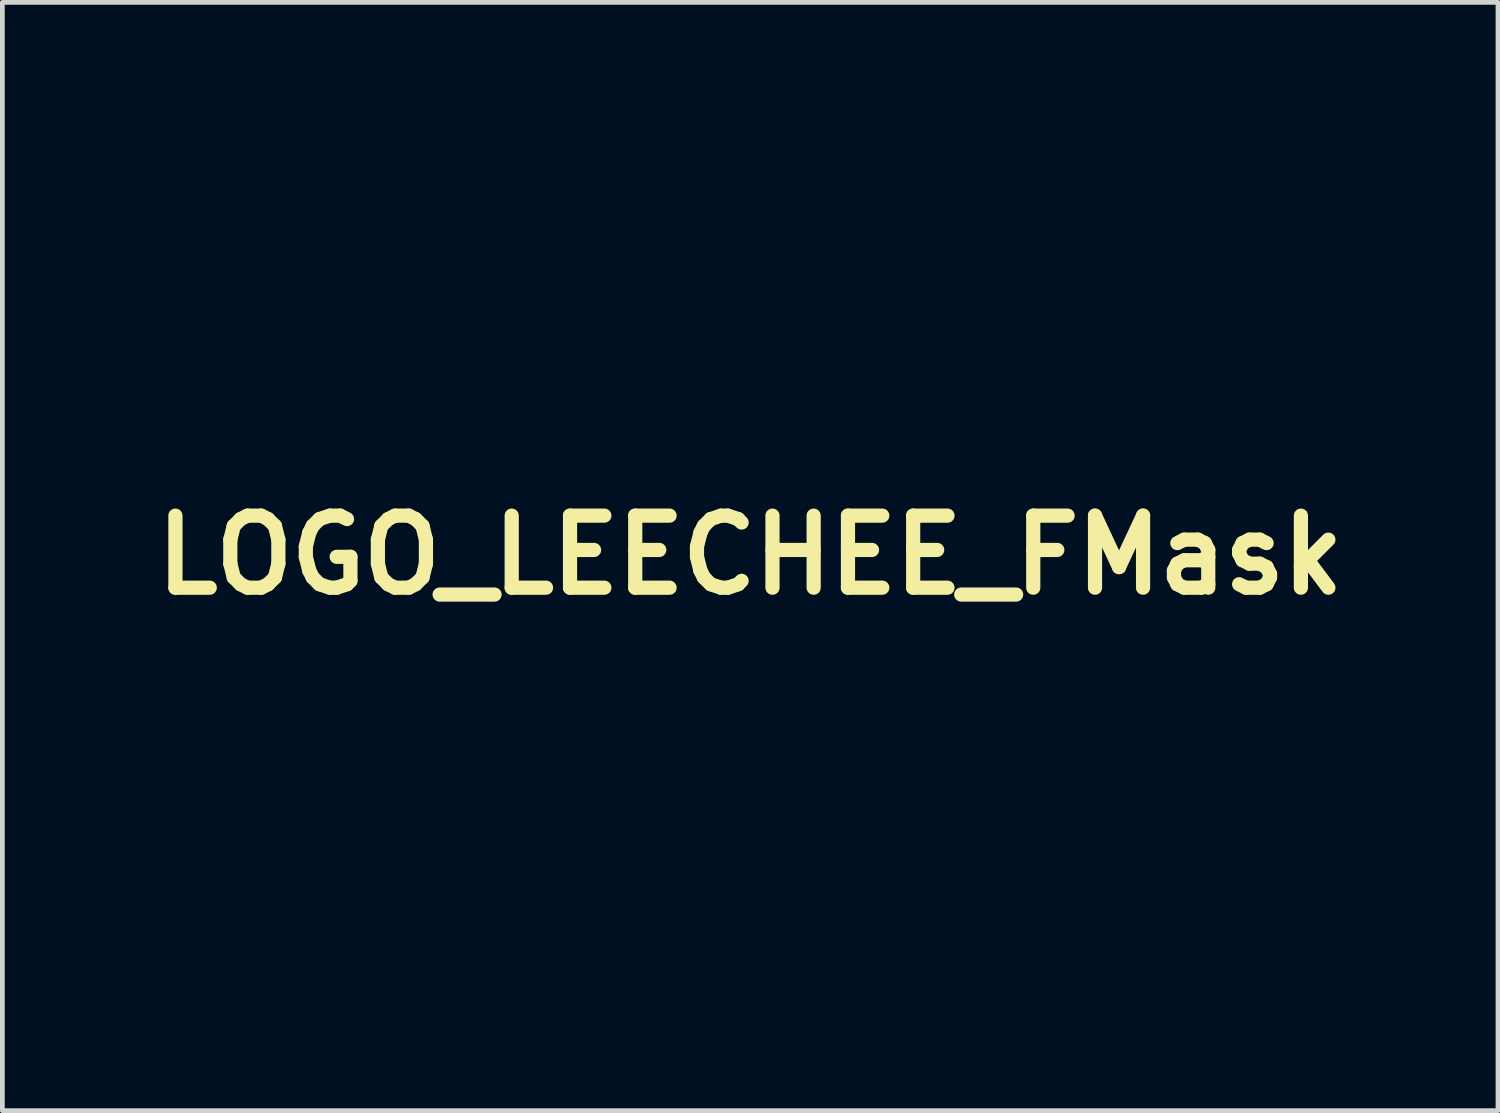
<source format=kicad_pcb>
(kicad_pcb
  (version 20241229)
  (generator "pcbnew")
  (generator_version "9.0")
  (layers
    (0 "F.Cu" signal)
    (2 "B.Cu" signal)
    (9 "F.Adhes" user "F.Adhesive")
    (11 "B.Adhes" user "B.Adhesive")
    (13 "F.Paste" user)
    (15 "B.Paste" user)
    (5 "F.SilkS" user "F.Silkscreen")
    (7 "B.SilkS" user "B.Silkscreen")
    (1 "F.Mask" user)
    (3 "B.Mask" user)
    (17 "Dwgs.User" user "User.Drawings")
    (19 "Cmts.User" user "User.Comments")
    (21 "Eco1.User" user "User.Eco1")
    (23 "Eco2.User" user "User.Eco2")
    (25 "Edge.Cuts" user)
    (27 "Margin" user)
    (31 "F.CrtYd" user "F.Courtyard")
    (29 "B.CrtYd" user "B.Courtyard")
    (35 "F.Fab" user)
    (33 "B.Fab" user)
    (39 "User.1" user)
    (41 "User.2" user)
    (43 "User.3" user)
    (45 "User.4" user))
  (footprint "LOGO_LEECHEE_FMask"
    (layer "F.Cu")
    (at 12.816 8.69)
    (property "Reference" "LOGO_LEECHEE_FMask" (at 0 0 0) (layer "F.SilkS") (effects (font (size 1.524 1.524) (thickness 0.3))))
    (attr through_hole)
    (fp_poly (pts (xy 4.271 -8.679) (xy 4.418 -8.635) (xy 4.552 -8.562) (xy 4.652 -8.469) (xy 4.658 -8.462) (xy 4.726 -8.339) (xy 4.77 -8.203) (xy 4.784 -8.078) (xy 4.777 -8.023) (xy 4.754 -7.929) (xy 4.738 -7.855) (xy 4.706 -7.782) (xy 4.632 -7.673) (xy 4.52 -7.531) (xy 4.373 -7.36) (xy 4.285 -7.263) (xy 4.193 -7.157) (xy 4.103 -7.045) (xy 4.039 -6.958) (xy 3.984 -6.88) (xy 3.939 -6.825) (xy 3.921 -6.808) (xy 3.892 -6.779) (xy 3.848 -6.714) (xy 3.823 -6.674) (xy 3.774 -6.594) (xy 3.703 -6.483) (xy 3.622 -6.359) (xy 3.579 -6.294) (xy 3.363 -5.941) (xy 3.197 -5.605) (xy 3.084 -5.287) (xy 3.024 -4.992) (xy 3.014 -4.84) (xy 3.041 -4.633) (xy 3.125 -4.428) (xy 3.265 -4.229) (xy 3.28 -4.212) (xy 3.381 -4.07) (xy 3.462 -3.901) (xy 3.47 -3.88) (xy 3.505 -3.771) (xy 3.521 -3.697) (xy 3.518 -3.636) (xy 3.499 -3.565) (xy 3.496 -3.555) (xy 3.449 -3.452) (xy 3.382 -3.344) (xy 3.355 -3.309) (xy 3.294 -3.222) (xy 3.264 -3.134) (xy 3.262 -3.03) (xy 3.289 -2.896) (xy 3.318 -2.799) (xy 3.367 -2.655) (xy 3.425 -2.529) (xy 3.499 -2.405) (xy 3.599 -2.269) (xy 3.733 -2.107) (xy 3.738 -2.101) (xy 3.842 -1.978) (xy 3.944 -1.855) (xy 4.031 -1.747) (xy 4.074 -1.692) (xy 4.131 -1.614) (xy 4.164 -1.554) (xy 4.18 -1.491) (xy 4.182 -1.404) (xy 4.179 -1.306) (xy 4.17 -1.07) (xy 4.274 -1.034) (xy 4.362 -1.008) (xy 4.478 -0.979) (xy 4.557 -0.961) (xy 4.684 -0.932) (xy 4.812 -0.899) (xy 4.875 -0.88) (xy 4.975 -0.854) (xy 5.063 -0.838) (xy 5.09 -0.837) (xy 5.176 -0.826) (xy 5.25 -0.805) (xy 5.328 -0.78) (xy 5.435 -0.755) (xy 5.497 -0.742) (xy 5.68 -0.69) (xy 5.878 -0.604) (xy 6.064 -0.495) (xy 6.165 -0.42) (xy 6.265 -0.329) (xy 6.377 -0.216) (xy 6.489 -0.093) (xy 6.587 0.025) (xy 6.66 0.124) (xy 6.685 0.164) (xy 6.724 0.23) (xy 6.756 0.27) (xy 6.758 0.271) (xy 6.785 0.307) (xy 6.83 0.387) (xy 6.887 0.497) (xy 6.949 0.625) (xy 7.01 0.759) (xy 7.067 0.887) (xy 7.111 0.997) (xy 7.138 1.075) (xy 7.141 1.087) (xy 7.167 1.191) (xy 7.196 1.284) (xy 7.203 1.303) (xy 7.241 1.428) (xy 7.279 1.601) (xy 7.317 1.808) (xy 7.351 2.035) (xy 7.38 2.272) (xy 7.403 2.503) (xy 7.417 2.717) (xy 7.42 2.839) (xy 7.417 3.025) (xy 7.403 3.246) (xy 7.382 3.48) (xy 7.356 3.703) (xy 7.327 3.893) (xy 7.323 3.91) (xy 7.314 4.044) (xy 7.329 4.14) (xy 7.344 4.206) (xy 7.334 4.258) (xy 7.291 4.318) (xy 7.266 4.347) (xy 7.209 4.425) (xy 7.176 4.497) (xy 7.172 4.521) (xy 7.16 4.59) (xy 7.129 4.698) (xy 7.084 4.832) (xy 7.029 4.976) (xy 6.972 5.116) (xy 6.916 5.237) (xy 6.902 5.263) (xy 6.856 5.356) (xy 6.824 5.431) (xy 6.813 5.466) (xy 6.798 5.513) (xy 6.76 5.579) (xy 6.758 5.582) (xy 6.701 5.667) (xy 6.634 5.769) (xy 6.567 5.872) (xy 6.508 5.964) (xy 6.468 6.029) (xy 6.455 6.051) (xy 6.399 6.142) (xy 6.311 6.263) (xy 6.2 6.401) (xy 6.077 6.546) (xy 5.952 6.684) (xy 5.836 6.804) (xy 5.738 6.895) (xy 5.728 6.903) (xy 5.648 6.969) (xy 5.554 7.049) (xy 5.514 7.083) (xy 5.33 7.235) (xy 5.111 7.398) (xy 4.876 7.561) (xy 4.645 7.71) (xy 4.438 7.83) (xy 4.438 7.83) (xy 4.308 7.901) (xy 4.177 7.972) (xy 4.07 8.031) (xy 4.049 8.043) (xy 3.837 8.153) (xy 3.611 8.258) (xy 3.556 8.282) (xy 3.472 8.318) (xy 3.392 8.353) (xy 3.309 8.385) (xy 3.242 8.407) (xy 3.183 8.425) (xy 3.09 8.456) (xy 3.009 8.485) (xy 2.765 8.564) (xy 2.489 8.637) (xy 2.271 8.684) (xy 2.151 8.703) (xy 1.993 8.718) (xy 1.812 8.731) (xy 1.618 8.739) (xy 1.427 8.744) (xy 1.251 8.744) (xy 1.104 8.739) (xy 0.997 8.729) (xy 0.971 8.723) (xy 0.869 8.701) (xy 0.746 8.677) (xy 0.687 8.667) (xy 0.341 8.587) (xy 0.057 8.476) (xy -0.036 8.434) (xy -0.108 8.406) (xy -0.139 8.397) (xy -0.179 8.382) (xy -0.254 8.343) (xy -0.35 8.288) (xy -0.453 8.226) (xy -0.548 8.166) (xy -0.62 8.116) (xy -0.642 8.098) (xy -0.72 8.047) (xy -0.777 8.023) (xy -0.828 8.003) (xy -0.887 7.969) (xy -0.964 7.914) (xy -1.069 7.831) (xy -1.139 7.773) (xy -0.717 7.773) (xy -0.693 7.802) (xy -0.627 7.852) (xy -0.532 7.915) (xy -0.419 7.984) (xy -0.3 8.052) (xy -0.187 8.111) (xy -0.12 8.142) (xy -0.021 8.187) (xy 0.053 8.223) (xy 0.089 8.245) (xy 0.09 8.246) (xy 0.126 8.265) (xy 0.207 8.295) (xy 0.318 8.331) (xy 0.446 8.37) (xy 0.579 8.407) (xy 0.701 8.439) (xy 0.799 8.461) (xy 0.807 8.462) (xy 0.938 8.483) (xy 1.092 8.502) (xy 1.25 8.519) (xy 1.395 8.53) (xy 1.507 8.535) (xy 1.539 8.535) (xy 1.601 8.527) (xy 1.619 8.495) (xy 1.614 8.442) (xy 1.607 8.373) (xy 1.602 8.263) (xy 1.6 8.13) (xy 1.599 8.053) (xy 1.601 7.968) (xy 1.857 7.968) (xy 1.862 8.061) (xy 1.883 8.267) (xy 1.915 8.431) (xy 1.929 8.479) (xy 1.941 8.503) (xy 1.966 8.514) (xy 2.017 8.51) (xy 2.108 8.493) (xy 2.157 8.483) (xy 2.532 8.4) (xy 2.85 8.317) (xy 3.115 8.233) (xy 3.317 8.153) (xy 3.528 8.056) (xy 3.687 7.978) (xy 3.797 7.917) (xy 3.862 7.87) (xy 3.884 7.834) (xy 3.868 7.808) (xy 3.817 7.789) (xy 3.77 7.757) (xy 3.7 7.688) (xy 3.618 7.593) (xy 3.535 7.486) (xy 3.46 7.379) (xy 3.403 7.284) (xy 3.4 7.276) (xy 3.366 7.198) (xy 3.327 7.089) (xy 3.301 7.012) (xy 3.247 6.837) (xy 3.1 6.856) (xy 2.851 6.915) (xy 2.596 7.022) (xy 2.351 7.17) (xy 2.343 7.176) (xy 2.19 7.301) (xy 2.072 7.435) (xy 1.973 7.599) (xy 1.937 7.671) (xy 1.888 7.783) (xy 1.863 7.873) (xy 1.857 7.968) (xy 1.601 7.968) (xy 1.602 7.905) (xy 1.61 7.799) (xy 1.628 7.719) (xy 1.656 7.649) (xy 1.667 7.629) (xy 1.706 7.549) (xy 1.73 7.49) (xy 1.733 7.476) (xy 1.705 7.45) (xy 1.625 7.426) (xy 1.501 7.403) (xy 1.343 7.384) (xy 1.157 7.368) (xy 0.953 7.357) (xy 0.738 7.352) (xy 0.668 7.351) (xy 0.402 7.355) (xy 0.185 7.366) (xy 0.005 7.387) (xy -0.149 7.418) (xy -0.287 7.462) (xy -0.388 7.504) (xy -0.475 7.552) (xy -0.565 7.615) (xy -0.646 7.682) (xy -0.701 7.74) (xy -0.717 7.773) (xy -1.139 7.773) (xy -1.156 7.759) (xy -1.254 7.682) (xy -1.354 7.609) (xy -1.404 7.576) (xy -1.485 7.515) (xy -1.595 7.418) (xy -1.726 7.296) (xy -1.867 7.156) (xy -2.01 7.01) (xy -2.144 6.866) (xy -2.261 6.734) (xy -2.35 6.623) (xy -2.365 6.604) (xy -2.458 6.473) (xy -2.485 6.432) (xy -2.181 6.432) (xy -2.16 6.47) (xy -2.101 6.541) (xy -2.012 6.639) (xy -1.899 6.758) (xy -1.768 6.89) (xy -1.628 7.029) (xy -1.484 7.169) (xy -1.343 7.303) (xy -1.213 7.423) (xy -1.099 7.525) (xy -1.009 7.6) (xy -0.95 7.643) (xy -0.932 7.65) (xy -0.902 7.63) (xy -0.844 7.578) (xy -0.783 7.519) (xy -0.688 7.433) (xy -0.584 7.355) (xy -0.528 7.32) (xy -0.411 7.236) (xy -0.347 7.127) (xy -0.329 6.994) (xy -0.357 6.791) (xy -0.436 6.598) (xy -0.557 6.43) (xy -0.713 6.3) (xy -0.754 6.277) (xy -0.935 6.202) (xy -1.104 6.18) (xy -1.274 6.211) (xy -1.375 6.251) (xy -1.544 6.313) (xy -1.744 6.362) (xy -1.948 6.39) (xy -2.057 6.395) (xy -2.144 6.403) (xy -2.18 6.427) (xy -2.181 6.432) (xy -2.485 6.432) (xy -2.548 6.341) (xy -2.627 6.219) (xy -2.687 6.121) (xy -2.721 6.057) (xy -2.723 6.051) (xy -2.742 6.013) (xy -2.782 5.936) (xy -2.837 5.833) (xy -2.873 5.767) (xy -2.941 5.636) (xy -3.003 5.506) (xy -3.05 5.396) (xy -3.062 5.364) (xy -3.097 5.267) (xy -3.13 5.186) (xy -3.143 5.158) (xy -3.17 5.09) (xy -3.204 4.978) (xy -3.242 4.835) (xy -3.267 4.736) (xy -3.037 4.736) (xy -2.952 5.004) (xy -2.902 5.153) (xy -2.843 5.308) (xy -2.787 5.441) (xy -2.775 5.467) (xy -2.676 5.677) (xy -2.598 5.838) (xy -2.536 5.959) (xy -2.483 6.045) (xy -2.433 6.101) (xy -2.382 6.134) (xy -2.322 6.15) (xy -2.247 6.155) (xy -2.153 6.155) (xy -2.098 6.155) (xy -1.918 6.151) (xy -1.776 6.136) (xy -1.654 6.109) (xy -1.611 6.095) (xy -1.397 6.007) (xy -1.254 5.914) (xy -0.909 5.914) (xy -0.9 5.953) (xy -0.84 5.979) (xy -0.788 5.99) (xy -0.66 6.03) (xy -0.566 6.092) (xy -0.522 6.158) (xy -0.483 6.206) (xy -0.448 6.216) (xy -0.387 6.244) (xy -0.312 6.33) (xy -0.224 6.473) (xy -0.172 6.57) (xy -0.125 6.676) (xy -0.1 6.775) (xy -0.09 6.895) (xy -0.09 6.952) (xy -0.087 7.072) (xy -0.076 7.141) (xy -0.046 7.169) (xy 0.009 7.164) (xy 0.078 7.142) (xy 0.145 7.127) (xy 0.253 7.111) (xy 0.386 7.096) (xy 0.463 7.09) (xy 0.762 7.067) (xy 0.778 6.903) (xy 0.78 6.889) (xy 1.028 6.889) (xy 1.038 6.994) (xy 1.053 7.044) (xy 1.074 7.076) (xy 1.116 7.097) (xy 1.19 7.113) (xy 1.31 7.131) (xy 1.317 7.132) (xy 1.451 7.152) (xy 1.578 7.174) (xy 1.674 7.193) (xy 1.688 7.196) (xy 1.81 7.221) (xy 1.892 7.223) (xy 1.952 7.2) (xy 2.004 7.153) (xy 2.158 7.017) (xy 2.359 6.886) (xy 2.594 6.766) (xy 2.849 6.666) (xy 2.976 6.626) (xy 3.157 6.574) (xy 3.491 6.574) (xy 3.498 6.647) (xy 3.5 6.653) (xy 3.519 6.709) (xy 3.549 6.802) (xy 3.581 6.903) (xy 3.619 7.018) (xy 3.659 7.124) (xy 3.688 7.187) (xy 3.72 7.257) (xy 3.735 7.306) (xy 3.735 7.307) (xy 3.757 7.349) (xy 3.812 7.412) (xy 3.887 7.484) (xy 3.966 7.552) (xy 4.036 7.602) (xy 4.064 7.617) (xy 4.134 7.641) (xy 4.192 7.645) (xy 4.266 7.63) (xy 4.303 7.62) (xy 4.393 7.581) (xy 4.52 7.511) (xy 4.672 7.415) (xy 4.842 7.3) (xy 5.02 7.172) (xy 5.196 7.039) (xy 5.361 6.907) (xy 5.505 6.782) (xy 5.549 6.741) (xy 5.664 6.626) (xy 5.732 6.543) (xy 5.753 6.488) (xy 5.729 6.46) (xy 5.686 6.455) (xy 5.585 6.433) (xy 5.456 6.371) (xy 5.309 6.276) (xy 5.153 6.153) (xy 5.012 6.023) (xy 4.911 5.921) (xy 4.829 5.832) (xy 4.773 5.765) (xy 4.751 5.73) (xy 4.751 5.729) (xy 4.74 5.672) (xy 4.711 5.594) (xy 4.674 5.516) (xy 4.639 5.458) (xy 4.617 5.439) (xy 4.576 5.457) (xy 4.517 5.503) (xy 4.507 5.512) (xy 4.413 5.588) (xy 4.29 5.672) (xy 4.149 5.757) (xy 4.003 5.837) (xy 3.866 5.905) (xy 3.749 5.954) (xy 3.666 5.976) (xy 3.655 5.976) (xy 3.612 5.999) (xy 3.573 6.044) (xy 3.549 6.108) (xy 3.526 6.212) (xy 3.507 6.337) (xy 3.494 6.464) (xy 3.491 6.574) (xy 3.157 6.574) (xy 3.212 6.558) (xy 3.205 6.441) (xy 3.209 6.33) (xy 3.227 6.216) (xy 3.23 6.207) (xy 3.246 6.13) (xy 3.247 6.08) (xy 3.244 6.073) (xy 3.206 6.061) (xy 3.132 6.051) (xy 3.1 6.048) (xy 2.838 6.019) (xy 2.618 5.963) (xy 2.429 5.877) (xy 2.258 5.753) (xy 2.159 5.659) (xy 2.086 5.59) (xy 2.028 5.542) (xy 2 5.528) (xy 1.96 5.548) (xy 1.893 5.6) (xy 1.811 5.673) (xy 1.726 5.754) (xy 1.652 5.831) (xy 1.6 5.893) (xy 1.584 5.925) (xy 1.565 5.958) (xy 1.515 6.02) (xy 1.453 6.09) (xy 1.373 6.183) (xy 1.29 6.292) (xy 1.214 6.403) (xy 1.152 6.503) (xy 1.114 6.579) (xy 1.106 6.609) (xy 1.096 6.659) (xy 1.07 6.738) (xy 1.059 6.77) (xy 1.028 6.889) (xy 0.78 6.889) (xy 0.796 6.783) (xy 0.823 6.665) (xy 0.837 6.619) (xy 0.869 6.546) (xy 0.919 6.448) (xy 0.978 6.339) (xy 1.038 6.235) (xy 1.091 6.15) (xy 1.128 6.101) (xy 1.133 6.096) (xy 1.179 6.047) (xy 1.234 5.969) (xy 1.289 5.882) (xy 1.329 5.804) (xy 1.345 5.756) (xy 1.324 5.681) (xy 1.27 5.59) (xy 1.198 5.501) (xy 1.122 5.434) (xy 1.101 5.421) (xy 0.958 5.373) (xy 0.795 5.357) (xy 0.643 5.375) (xy 0.641 5.375) (xy 0.484 5.406) (xy 0.29 5.425) (xy 0.081 5.431) (xy -0.118 5.425) (xy -0.288 5.404) (xy -0.32 5.398) (xy -0.456 5.368) (xy -0.546 5.355) (xy -0.602 5.36) (xy -0.637 5.385) (xy -0.663 5.434) (xy -0.674 5.461) (xy -0.752 5.641) (xy -0.829 5.787) (xy -0.873 5.853) (xy -0.909 5.914) (xy -1.254 5.914) (xy -1.229 5.898) (xy -1.094 5.76) (xy -1.044 5.69) (xy -0.985 5.595) (xy -0.943 5.515) (xy -0.926 5.465) (xy -0.926 5.465) (xy -0.915 5.407) (xy -0.888 5.324) (xy -0.878 5.301) (xy -0.843 5.14) (xy -0.846 5.047) (xy -0.873 4.923) (xy -0.921 4.777) (xy -0.983 4.63) (xy -1.051 4.497) (xy -1.117 4.399) (xy -1.139 4.375) (xy -1.183 4.335) (xy -1.227 4.311) (xy -1.284 4.299) (xy -1.371 4.297) (xy -1.492 4.299) (xy -1.759 4.307) (xy -1.872 4.2) (xy -1.917 4.162) (xy -1.013 4.162) (xy -0.94 4.22) (xy -0.883 4.285) (xy -0.817 4.391) (xy -0.751 4.52) (xy -0.692 4.655) (xy -0.648 4.78) (xy -0.628 4.877) (xy -0.627 4.891) (xy -0.62 4.977) (xy -0.604 5.04) (xy -0.601 5.046) (xy -0.561 5.073) (xy -0.479 5.105) (xy -0.372 5.138) (xy -0.355 5.142) (xy -0.167 5.175) (xy 0.048 5.189) (xy 0.27 5.186) (xy 0.475 5.167) (xy 1.202 5.167) (xy 1.22 5.194) (xy 1.276 5.226) (xy 1.281 5.228) (xy 1.41 5.312) (xy 1.503 5.435) (xy 1.521 5.476) (xy 1.549 5.535) (xy 1.571 5.558) (xy 1.602 5.54) (xy 1.665 5.494) (xy 1.736 5.436) (xy 1.825 5.356) (xy 1.87 5.294) (xy 1.876 5.234) (xy 1.849 5.161) (xy 1.839 5.143) (xy 1.815 5.069) (xy 1.795 4.96) (xy 1.786 4.861) (xy 1.778 4.758) (xy 1.768 4.681) (xy 1.758 4.646) (xy 1.732 4.658) (xy 1.685 4.707) (xy 1.652 4.749) (xy 1.582 4.829) (xy 1.485 4.923) (xy 1.387 5.005) (xy 1.301 5.075) (xy 1.235 5.132) (xy 1.203 5.165) (xy 1.202 5.167) (xy 0.475 5.167) (xy 0.482 5.166) (xy 0.663 5.13) (xy 0.725 5.11) (xy 0.923 5.027) (xy 1.09 4.932) (xy 1.247 4.813) (xy 1.406 4.664) (xy 1.547 4.514) (xy 1.652 4.377) (xy 1.687 4.316) (xy 2.005 4.316) (xy 2.008 4.437) (xy 2.014 4.561) (xy 2.025 4.719) (xy 2.039 4.836) (xy 2.06 4.932) (xy 2.093 5.026) (xy 2.142 5.138) (xy 2.148 5.15) (xy 2.241 5.32) (xy 2.352 5.468) (xy 2.47 5.582) (xy 2.586 5.654) (xy 2.627 5.668) (xy 2.703 5.694) (xy 2.746 5.719) (xy 2.825 5.754) (xy 2.949 5.775) (xy 3.104 5.782) (xy 3.277 5.777) (xy 3.454 5.758) (xy 3.621 5.726) (xy 3.676 5.711) (xy 3.927 5.613) (xy 4.167 5.47) (xy 4.384 5.292) (xy 4.429 5.241) (xy 4.913 5.241) (xy 4.947 5.388) (xy 4.991 5.488) (xy 5.108 5.672) (xy 5.264 5.849) (xy 5.448 6.007) (xy 5.643 6.136) (xy 5.838 6.224) (xy 5.907 6.244) (xy 5.936 6.236) (xy 5.983 6.219) (xy 6.034 6.179) (xy 6.106 6.096) (xy 6.192 5.979) (xy 6.286 5.839) (xy 6.381 5.684) (xy 6.471 5.524) (xy 6.545 5.379) (xy 6.597 5.272) (xy 6.65 5.163) (xy 6.696 5.073) (xy 6.715 5.035) (xy 6.738 4.978) (xy 6.772 4.883) (xy 6.808 4.769) (xy 6.814 4.751) (xy 6.847 4.64) (xy 6.875 4.55) (xy 6.892 4.498) (xy 6.894 4.493) (xy 6.881 4.455) (xy 6.836 4.397) (xy 6.775 4.337) (xy 6.714 4.291) (xy 6.672 4.273) (xy 6.634 4.249) (xy 6.593 4.191) (xy 6.593 4.191) (xy 6.519 4.083) (xy 6.438 4.022) (xy 6.359 4.014) (xy 6.302 4.031) (xy 6.205 4.063) (xy 6.083 4.105) (xy 5.989 4.137) (xy 5.727 4.215) (xy 5.485 4.257) (xy 5.428 4.262) (xy 5.302 4.273) (xy 5.223 4.285) (xy 5.18 4.302) (xy 5.161 4.328) (xy 5.156 4.345) (xy 5.116 4.531) (xy 5.079 4.676) (xy 5.039 4.797) (xy 4.992 4.914) (xy 4.984 4.931) (xy 4.926 5.095) (xy 4.913 5.241) (xy 4.429 5.241) (xy 4.564 5.09) (xy 4.674 4.917) (xy 4.799 4.631) (xy 4.87 4.352) (xy 4.881 4.279) (xy 4.886 4.197) (xy 4.873 4.153) (xy 4.833 4.127) (xy 4.818 4.121) (xy 4.74 4.076) (xy 4.651 4.003) (xy 4.568 3.917) (xy 4.505 3.835) (xy 4.476 3.77) (xy 4.461 3.704) (xy 4.428 3.668) (xy 4.37 3.662) (xy 4.281 3.687) (xy 4.152 3.741) (xy 4.059 3.786) (xy 3.923 3.85) (xy 3.793 3.907) (xy 3.687 3.95) (xy 3.631 3.968) (xy 3.346 4.034) (xy 3.094 4.075) (xy 2.855 4.093) (xy 2.757 4.094) (xy 2.604 4.092) (xy 2.493 4.083) (xy 2.409 4.065) (xy 2.333 4.036) (xy 2.32 4.03) (xy 2.215 3.988) (xy 2.141 3.989) (xy 2.086 4.036) (xy 2.045 4.109) (xy 2.022 4.166) (xy 2.009 4.231) (xy 2.005 4.316) (xy 1.687 4.316) (xy 1.735 4.232) (xy 1.812 4.055) (xy 1.825 4.022) (xy 1.865 3.905) (xy 1.877 3.819) (xy 1.859 3.742) (xy 1.809 3.649) (xy 1.78 3.606) (xy 1.716 3.498) (xy 1.662 3.386) (xy 1.639 3.324) (xy 1.611 3.248) (xy 1.588 3.203) (xy 1.581 3.197) (xy 1.554 3.217) (xy 1.495 3.271) (xy 1.414 3.348) (xy 1.357 3.405) (xy 1.12 3.606) (xy 0.86 3.754) (xy 0.602 3.845) (xy 0.488 3.867) (xy 0.349 3.881) (xy 0.201 3.888) (xy 0.059 3.887) (xy -0.059 3.878) (xy -0.137 3.861) (xy -0.145 3.857) (xy -0.224 3.83) (xy -0.27 3.825) (xy -0.334 3.803) (xy -0.394 3.75) (xy -0.446 3.698) (xy -0.49 3.676) (xy -0.49 3.676) (xy -0.525 3.696) (xy -0.592 3.75) (xy -0.68 3.831) (xy -0.77 3.919) (xy -1.013 4.162) (xy -1.917 4.162) (xy -1.943 4.14) (xy -2.003 4.101) (xy -2.025 4.094) (xy -2.064 4.118) (xy -2.109 4.177) (xy -2.116 4.189) (xy -2.173 4.273) (xy -2.26 4.375) (xy -2.362 4.481) (xy -2.464 4.575) (xy -2.553 4.642) (xy -2.585 4.661) (xy -2.665 4.687) (xy -2.775 4.709) (xy -2.856 4.72) (xy -3.037 4.736) (xy -3.267 4.736) (xy -3.282 4.675) (xy -3.319 4.511) (xy -3.35 4.358) (xy -3.373 4.229) (xy -3.379 4.184) (xy -3.397 4.033) (xy -3.418 3.87) (xy -3.435 3.75) (xy -3.458 3.504) (xy -3.463 3.229) (xy -3.458 3.098) (xy -3.223 3.098) (xy -3.222 3.418) (xy -3.206 3.734) (xy -3.18 3.988) (xy -3.153 4.171) (xy -3.122 4.304) (xy -3.082 4.393) (xy -3.028 4.447) (xy -2.953 4.474) (xy -2.851 4.482) (xy -2.83 4.482) (xy -2.743 4.479) (xy -2.679 4.463) (xy -2.619 4.423) (xy -2.541 4.351) (xy -2.53 4.34) (xy -2.436 4.236) (xy -2.345 4.115) (xy -2.296 4.036) (xy -2.248 3.945) (xy -2.226 3.885) (xy -2.227 3.835) (xy -2.248 3.775) (xy -2.252 3.767) (xy -2.297 3.636) (xy -2.326 3.495) (xy -2.339 3.325) (xy -2.34 3.137) (xy -2.339 3.067) (xy -2.09 3.067) (xy -2.088 3.208) (xy -2.085 3.28) (xy -2.076 3.433) (xy -2.064 3.542) (xy -2.046 3.623) (xy -2.018 3.691) (xy -1.991 3.742) (xy -1.909 3.865) (xy -1.828 3.946) (xy -1.73 4.002) (xy -1.683 4.021) (xy -1.496 4.06) (xy -1.318 4.04) (xy -1.217 4) (xy -1.145 3.954) (xy -1.055 3.881) (xy -0.956 3.791) (xy -0.859 3.695) (xy -0.775 3.605) (xy -0.714 3.529) (xy -0.688 3.48) (xy -0.687 3.476) (xy -0.703 3.422) (xy -0.736 3.36) (xy -0.759 3.313) (xy -0.772 3.249) (xy -0.776 3.156) (xy -0.772 3.035) (xy -0.516 3.035) (xy -0.516 3.039) (xy -0.511 3.168) (xy -0.5 3.252) (xy -0.48 3.307) (xy -0.45 3.345) (xy -0.405 3.398) (xy -0.388 3.434) (xy -0.363 3.468) (xy -0.296 3.515) (xy -0.204 3.564) (xy -0.101 3.609) (xy -0.03 3.632) (xy 0.174 3.668) (xy 0.384 3.658) (xy 0.508 3.634) (xy 0.785 3.538) (xy 1.031 3.393) (xy 1.243 3.204) (xy 1.413 2.975) (xy 1.448 2.901) (xy 1.796 2.901) (xy 1.804 2.992) (xy 1.825 3.081) (xy 1.84 3.129) (xy 1.938 3.369) (xy 2.058 3.553) (xy 2.2 3.682) (xy 2.364 3.758) (xy 2.378 3.762) (xy 2.485 3.789) (xy 2.583 3.816) (xy 2.615 3.825) (xy 2.702 3.838) (xy 2.831 3.842) (xy 2.983 3.836) (xy 3.14 3.823) (xy 3.285 3.803) (xy 3.384 3.782) (xy 3.656 3.699) (xy 3.886 3.608) (xy 4.089 3.501) (xy 4.112 3.487) (xy 4.318 3.36) (xy 4.334 3.079) (xy 4.616 3.079) (xy 4.636 3.305) (xy 4.69 3.502) (xy 4.708 3.546) (xy 4.815 3.721) (xy 4.962 3.856) (xy 5.144 3.947) (xy 5.354 3.992) (xy 5.588 3.99) (xy 5.753 3.961) (xy 5.915 3.915) (xy 6.07 3.857) (xy 6.198 3.796) (xy 6.257 3.758) (xy 6.295 3.714) (xy 6.283 3.66) (xy 6.281 3.656) (xy 6.256 3.59) (xy 6.228 3.482) (xy 6.197 3.347) (xy 6.169 3.203) (xy 6.145 3.064) (xy 6.13 2.949) (xy 6.126 2.886) (xy 6.133 2.796) (xy 6.456 2.796) (xy 6.461 2.97) (xy 6.462 2.982) (xy 6.472 3.136) (xy 6.49 3.255) (xy 6.52 3.363) (xy 6.569 3.486) (xy 6.577 3.504) (xy 6.625 3.6) (xy 6.688 3.71) (xy 6.759 3.823) (xy 6.829 3.926) (xy 6.891 4.008) (xy 6.936 4.056) (xy 6.951 4.064) (xy 6.97 4.041) (xy 6.997 3.997) (xy 7.022 3.919) (xy 7.046 3.793) (xy 7.066 3.63) (xy 7.083 3.442) (xy 7.095 3.24) (xy 7.103 3.036) (xy 7.105 2.84) (xy 7.101 2.665) (xy 7.091 2.522) (xy 7.078 2.444) (xy 7.055 2.352) (xy 7.034 2.289) (xy 7.021 2.271) (xy 6.99 2.291) (xy 6.94 2.339) (xy 6.934 2.344) (xy 6.857 2.407) (xy 6.753 2.468) (xy 6.646 2.516) (xy 6.558 2.539) (xy 6.545 2.54) (xy 6.504 2.552) (xy 6.476 2.594) (xy 6.46 2.673) (xy 6.456 2.796) (xy 6.133 2.796) (xy 6.135 2.771) (xy 6.157 2.655) (xy 6.159 2.645) (xy 6.177 2.566) (xy 6.171 2.523) (xy 6.14 2.496) (xy 6.14 2.496) (xy 6.09 2.461) (xy 6.013 2.4) (xy 5.941 2.338) (xy 5.864 2.273) (xy 5.807 2.227) (xy 5.782 2.211) (xy 5.751 2.223) (xy 5.68 2.255) (xy 5.582 2.3) (xy 5.552 2.314) (xy 5.399 2.378) (xy 5.237 2.433) (xy 5.082 2.473) (xy 4.948 2.497) (xy 4.851 2.498) (xy 4.842 2.497) (xy 4.764 2.494) (xy 4.707 2.527) (xy 4.667 2.603) (xy 4.64 2.729) (xy 4.629 2.815) (xy 4.616 3.079) (xy 4.334 3.079) (xy 4.336 3.032) (xy 4.346 2.884) (xy 4.357 2.745) (xy 4.369 2.634) (xy 4.376 2.584) (xy 4.386 2.515) (xy 4.378 2.469) (xy 4.341 2.427) (xy 4.266 2.373) (xy 4.254 2.364) (xy 4.15 2.282) (xy 4.051 2.184) (xy 4.01 2.136) (xy 3.936 2.028) (xy 3.86 1.898) (xy 3.788 1.762) (xy 3.729 1.632) (xy 3.689 1.525) (xy 3.676 1.457) (xy 3.664 1.37) (xy 3.644 1.311) (xy 3.626 1.254) (xy 3.608 1.156) (xy 3.594 1.036) (xy 3.591 1.007) (xy 3.571 0.763) (xy 3.43 0.743) (xy 3.322 0.718) (xy 3.287 0.706) (xy 3.84 0.706) (xy 3.849 0.824) (xy 3.863 0.939) (xy 3.888 1.085) (xy 3.919 1.241) (xy 3.951 1.384) (xy 3.981 1.491) (xy 3.982 1.494) (xy 4.017 1.574) (xy 4.073 1.677) (xy 4.142 1.79) (xy 4.214 1.9) (xy 4.281 1.993) (xy 4.335 2.056) (xy 4.36 2.075) (xy 4.419 2.102) (xy 4.495 2.141) (xy 4.497 2.143) (xy 4.693 2.217) (xy 4.905 2.237) (xy 5.126 2.202) (xy 5.223 2.169) (xy 5.406 2.094) (xy 5.538 2.032) (xy 5.623 1.979) (xy 5.668 1.932) (xy 5.678 1.898) (xy 5.662 1.83) (xy 5.642 1.8) (xy 5.626 1.756) (xy 5.609 1.667) (xy 5.596 1.549) (xy 5.59 1.473) (xy 5.578 1.259) (xy 5.889 1.259) (xy 5.894 1.402) (xy 5.912 1.555) (xy 5.947 1.689) (xy 6.007 1.836) (xy 6.017 1.856) (xy 6.085 1.992) (xy 6.144 2.085) (xy 6.207 2.152) (xy 6.284 2.204) (xy 6.32 2.224) (xy 6.424 2.263) (xy 6.525 2.262) (xy 6.641 2.221) (xy 6.713 2.182) (xy 6.85 2.093) (xy 6.936 2.007) (xy 6.977 1.915) (xy 6.979 1.807) (xy 6.977 1.794) (xy 6.956 1.692) (xy 6.928 1.604) (xy 6.919 1.584) (xy 6.892 1.509) (xy 6.869 1.406) (xy 6.862 1.363) (xy 6.846 1.27) (xy 6.827 1.202) (xy 6.818 1.183) (xy 6.795 1.138) (xy 6.764 1.056) (xy 6.743 0.994) (xy 6.699 0.88) (xy 6.644 0.77) (xy 6.619 0.729) (xy 6.572 0.645) (xy 6.546 0.569) (xy 6.544 0.55) (xy 6.533 0.483) (xy 6.499 0.47) (xy 6.444 0.513) (xy 6.382 0.589) (xy 6.312 0.678) (xy 6.226 0.774) (xy 6.135 0.867) (xy 6.051 0.945) (xy 5.985 0.998) (xy 5.948 1.016) (xy 5.915 1.044) (xy 5.895 1.127) (xy 5.889 1.259) (xy 5.578 1.259) (xy 5.573 1.181) (xy 5.384 1.147) (xy 5.278 1.124) (xy 5.189 1.09) (xy 5.097 1.038) (xy 4.983 0.957) (xy 4.964 0.943) (xy 4.921 0.906) (xy 4.852 0.843) (xy 4.791 0.784) (xy 4.718 0.717) (xy 4.661 0.671) (xy 4.636 0.657) (xy 4.611 0.633) (xy 4.576 0.57) (xy 4.56 0.536) (xy 4.504 0.437) (xy 4.448 0.396) (xy 4.388 0.411) (xy 4.375 0.42) (xy 4.329 0.451) (xy 4.243 0.499) (xy 4.135 0.557) (xy 4.084 0.583) (xy 3.84 0.706) (xy 3.287 0.706) (xy 3.195 0.676) (xy 3.12 0.645) (xy 2.995 0.593) (xy 2.908 0.571) (xy 2.85 0.578) (xy 2.819 0.599) (xy 2.773 0.633) (xy 2.699 0.675) (xy 2.686 0.681) (xy 2.617 0.725) (xy 2.594 0.773) (xy 2.595 0.807) (xy 2.615 0.975) (xy 2.623 1.1) (xy 2.618 1.196) (xy 2.599 1.279) (xy 2.566 1.363) (xy 2.557 1.382) (xy 2.474 1.516) (xy 2.354 1.658) (xy 2.214 1.789) (xy 2.072 1.893) (xy 2.029 1.918) (xy 1.953 1.964) (xy 1.92 2.012) (xy 1.912 2.072) (xy 1.907 2.141) (xy 1.892 2.251) (xy 1.87 2.385) (xy 1.853 2.48) (xy 1.82 2.66) (xy 1.802 2.795) (xy 1.796 2.901) (xy 1.448 2.901) (xy 1.537 2.712) (xy 1.54 2.705) (xy 1.572 2.596) (xy 1.6 2.472) (xy 1.622 2.347) (xy 1.635 2.234) (xy 1.638 2.146) (xy 1.63 2.098) (xy 1.622 2.092) (xy 1.579 2.099) (xy 1.501 2.119) (xy 1.447 2.134) (xy 1.268 2.176) (xy 1.064 2.212) (xy 0.851 2.238) (xy 0.644 2.254) (xy 0.459 2.259) (xy 0.312 2.25) (xy 0.274 2.244) (xy 0.2 2.232) (xy 0.147 2.239) (xy 0.096 2.271) (xy 0.025 2.339) (xy 0.02 2.344) (xy -0.078 2.43) (xy -0.198 2.517) (xy -0.277 2.567) (xy -0.372 2.627) (xy -0.448 2.687) (xy -0.484 2.729) (xy -0.502 2.794) (xy -0.513 2.901) (xy -0.516 3.035) (xy -0.772 3.035) (xy -0.772 3.019) (xy -0.77 2.987) (xy -0.756 2.688) (xy -0.834 2.672) (xy -0.916 2.648) (xy -1.008 2.613) (xy -1.012 2.612) (xy -1.096 2.588) (xy -1.17 2.603) (xy -1.252 2.662) (xy -1.289 2.698) (xy -1.358 2.746) (xy -1.465 2.796) (xy -1.594 2.845) (xy -1.727 2.885) (xy -1.847 2.912) (xy -1.939 2.92) (xy -1.967 2.916) (xy -2.022 2.906) (xy -2.059 2.923) (xy -2.081 2.974) (xy -2.09 3.067) (xy -2.339 3.067) (xy -2.336 2.853) (xy -2.46 2.801) (xy -2.592 2.724) (xy -2.727 2.609) (xy -2.849 2.472) (xy -2.941 2.33) (xy -2.943 2.326) (xy -2.998 2.182) (xy -3.018 2.027) (xy -3.018 2) (xy -3.022 1.915) (xy -2.79 1.915) (xy -2.788 1.966) (xy -2.767 2.081) (xy -2.717 2.206) (xy -2.647 2.327) (xy -2.568 2.432) (xy -2.486 2.507) (xy -2.412 2.54) (xy -2.403 2.54) (xy -2.365 2.553) (xy -2.361 2.564) (xy -2.333 2.595) (xy -2.256 2.621) (xy -2.141 2.64) (xy -1.998 2.649) (xy -1.912 2.649) (xy -1.767 2.643) (xy -1.66 2.627) (xy -1.572 2.597) (xy -1.525 2.574) (xy -1.436 2.52) (xy -1.356 2.459) (xy -1.301 2.403) (xy -1.285 2.371) (xy -1.303 2.345) (xy -1.35 2.29) (xy -1.388 2.247) (xy -1.476 2.118) (xy -1.529 1.985) (xy -1.562 1.869) (xy -1.577 1.841) (xy -1.315 1.841) (xy -1.301 1.879) (xy -1.264 1.951) (xy -1.214 2.041) (xy -1.161 2.132) (xy -1.113 2.208) (xy -1.082 2.251) (xy -0.99 2.325) (xy -0.863 2.39) (xy -0.762 2.424) (xy -0.613 2.437) (xy -0.461 2.4) (xy -0.311 2.318) (xy -0.149 2.179) (xy -0.04 2.014) (xy 0.017 1.819) (xy 0.025 1.747) (xy 0.028 1.636) (xy 0.014 1.555) (xy -0.022 1.473) (xy -0.059 1.41) (xy -0.114 1.328) (xy -0.16 1.272) (xy -0.183 1.255) (xy -0.217 1.275) (xy -0.28 1.326) (xy -0.36 1.399) (xy -0.373 1.412) (xy -0.584 1.581) (xy -0.826 1.709) (xy -1.081 1.788) (xy -1.113 1.794) (xy -1.214 1.813) (xy -1.286 1.83) (xy -1.315 1.841) (xy -1.315 1.841) (xy -1.577 1.841) (xy -1.597 1.802) (xy -1.641 1.77) (xy -1.695 1.763) (xy -1.756 1.75) (xy -1.852 1.716) (xy -1.962 1.668) (xy -1.979 1.659) (xy -2.19 1.555) (xy -2.298 1.64) (xy -2.417 1.726) (xy -2.52 1.779) (xy -2.632 1.812) (xy -2.668 1.819) (xy -2.747 1.835) (xy -2.782 1.861) (xy -2.79 1.915) (xy -3.022 1.915) (xy -3.023 1.906) (xy -3.034 1.842) (xy -3.047 1.823) (xy -3.069 1.835) (xy -3.086 1.879) (xy -3.103 1.963) (xy -3.121 2.092) (xy -3.132 2.181) (xy -3.15 2.308) (xy -3.171 2.453) (xy -3.181 2.525) (xy -3.21 2.793) (xy -3.223 3.098) (xy -3.458 3.098) (xy -3.452 2.95) (xy -3.425 2.697) (xy -3.421 2.674) (xy -3.401 2.542) (xy -3.386 2.42) (xy -3.378 2.329) (xy -3.377 2.308) (xy -3.381 2.242) (xy -3.406 2.22) (xy -3.459 2.226) (xy -3.52 2.232) (xy -3.626 2.237) (xy -3.762 2.24) (xy -3.914 2.241) (xy -3.915 2.241) (xy -4.196 2.232) (xy -4.446 2.203) (xy -4.692 2.151) (xy -4.812 2.118) (xy -4.898 2.094) (xy -4.961 2.078) (xy -4.975 2.075) (xy -5.047 2.057) (xy -5.153 2.02) (xy -5.28 1.97) (xy -5.417 1.912) (xy -5.55 1.851) (xy -5.669 1.793) (xy -5.761 1.743) (xy -5.814 1.707) (xy -5.822 1.697) (xy -5.856 1.675) (xy -5.87 1.673) (xy -5.908 1.654) (xy -5.979 1.603) (xy -5.995 1.591) (xy -5.349 1.591) (xy -5.347 1.645) (xy -5.335 1.685) (xy -5.303 1.717) (xy -5.24 1.752) (xy -5.138 1.796) (xy -5.065 1.825) (xy -4.891 1.884) (xy -4.684 1.935) (xy -4.457 1.977) (xy -4.222 2.008) (xy -3.993 2.027) (xy -3.781 2.033) (xy -3.599 2.024) (xy -3.459 2) (xy -3.438 1.993) (xy -3.354 1.946) (xy -3.312 1.87) (xy -3.311 1.868) (xy -3.246 1.631) (xy -3.208 1.498) (xy -2.958 1.498) (xy -2.932 1.535) (xy -2.864 1.571) (xy -2.773 1.599) (xy -2.703 1.609) (xy -2.643 1.596) (xy -2.559 1.558) (xy -2.506 1.528) (xy -2.413 1.459) (xy -2.333 1.384) (xy -2.306 1.351) (xy -2.3 1.341) (xy -2.032 1.341) (xy -2.004 1.377) (xy -1.929 1.42) (xy -1.815 1.465) (xy -1.674 1.507) (xy -1.606 1.523) (xy -1.344 1.563) (xy -1.112 1.553) (xy -0.905 1.495) (xy -0.852 1.471) (xy -0.75 1.417) (xy -0.657 1.363) (xy -0.619 1.338) (xy -0.556 1.278) (xy -0.481 1.184) (xy -0.407 1.076) (xy -0.346 0.972) (xy -0.34 0.958) (xy -0.075 0.958) (xy -0.061 1.031) (xy -0.006 1.091) (xy 0.038 1.121) (xy 0.113 1.188) (xy 0.188 1.291) (xy 0.218 1.345) (xy 0.268 1.455) (xy 0.29 1.548) (xy 0.291 1.654) (xy 0.29 1.673) (xy 0.279 1.779) (xy 0.264 1.868) (xy 0.255 1.903) (xy 0.25 1.954) (xy 0.289 1.978) (xy 0.303 1.981) (xy 0.424 1.994) (xy 0.584 1.997) (xy 0.765 1.993) (xy 0.95 1.979) (xy 1.118 1.959) (xy 1.124 1.958) (xy 1.284 1.924) (xy 1.464 1.873) (xy 1.648 1.812) (xy 1.819 1.745) (xy 1.961 1.679) (xy 2.044 1.63) (xy 2.186 1.518) (xy 2.278 1.412) (xy 2.33 1.307) (xy 2.345 1.224) (xy 2.352 1.119) (xy 2.349 1.012) (xy 2.338 0.923) (xy 2.318 0.874) (xy 2.28 0.87) (xy 2.212 0.885) (xy 2.203 0.888) (xy 2.02 0.935) (xy 1.869 0.937) (xy 1.738 0.893) (xy 1.619 0.8) (xy 1.603 0.783) (xy 1.534 0.676) (xy 1.482 0.533) (xy 1.454 0.377) (xy 1.453 0.229) (xy 1.454 0.226) (xy 1.748 0.226) (xy 1.749 0.375) (xy 1.752 0.477) (xy 1.76 0.542) (xy 1.776 0.584) (xy 1.8 0.614) (xy 1.823 0.634) (xy 1.918 0.675) (xy 2.048 0.68) (xy 2.203 0.649) (xy 2.347 0.596) (xy 2.445 0.552) (xy 2.532 0.512) (xy 2.565 0.497) (xy 2.639 0.453) (xy 2.706 0.399) (xy 2.777 0.334) (xy 2.709 0.204) (xy 2.656 0.078) (xy 2.611 -0.08) (xy 2.58 -0.241) (xy 2.57 -0.364) (xy 2.565 -0.424) (xy 2.552 -0.448) (xy 2.519 -0.437) (xy 2.444 -0.407) (xy 2.343 -0.364) (xy 2.301 -0.346) (xy 2.177 -0.293) (xy 2.058 -0.247) (xy 1.967 -0.215) (xy 1.953 -0.211) (xy 1.869 -0.186) (xy 1.811 -0.16) (xy 1.776 -0.121) (xy 1.757 -0.058) (xy 1.75 0.041) (xy 1.748 0.185) (xy 1.748 0.226) (xy 1.454 0.226) (xy 1.465 0.162) (xy 1.485 0.062) (xy 1.49 -0.031) (xy 1.489 -0.047) (xy 1.48 -0.096) (xy 1.456 -0.122) (xy 1.403 -0.134) (xy 1.309 -0.14) (xy 1.13 -0.166) (xy 0.984 -0.228) (xy 0.891 -0.309) (xy 0.865 -0.338) (xy 0.84 -0.347) (xy 0.804 -0.329) (xy 0.748 -0.28) (xy 0.667 -0.203) (xy 0.49 -0.038) (xy 0.34 0.085) (xy 0.205 0.174) (xy 0.129 0.214) (xy 0.004 0.273) (xy -0.008 0.503) (xy -0.019 0.633) (xy -0.036 0.758) (xy -0.054 0.85) (xy -0.054 0.852) (xy -0.075 0.958) (xy -0.34 0.958) (xy -0.312 0.891) (xy -0.311 0.884) (xy -0.29 0.769) (xy -0.272 0.644) (xy -0.258 0.525) (xy -0.251 0.428) (xy -0.251 0.368) (xy -0.254 0.358) (xy -0.293 0.339) (xy -0.367 0.329) (xy -0.386 0.329) (xy -0.536 0.32) (xy -0.653 0.288) (xy -0.758 0.222) (xy -0.861 0.129) (xy -0.938 0.053) (xy -0.998 -0.003) (xy -1.028 -0.029) (xy -1.03 -0.03) (xy -1.055 -0.011) (xy -1.11 0.036) (xy -1.155 0.076) (xy -1.294 0.18) (xy -1.469 0.275) (xy -1.657 0.349) (xy -1.733 0.37) (xy -1.868 0.403) (xy -1.885 0.717) (xy -1.899 0.899) (xy -1.921 1.036) (xy -1.954 1.144) (xy -1.967 1.175) (xy -2.004 1.26) (xy -2.027 1.322) (xy -2.032 1.341) (xy -2.3 1.341) (xy -2.223 1.194) (xy -2.163 0.994) (xy -2.129 0.764) (xy -2.122 0.604) (xy -2.122 0.474) (xy -2.127 0.392) (xy -2.137 0.343) (xy -2.159 0.317) (xy -2.193 0.3) (xy -2.204 0.296) (xy -2.289 0.251) (xy -2.352 0.203) (xy -2.419 0.141) (xy -2.449 0.212) (xy -2.485 0.286) (xy -2.509 0.329) (xy -2.55 0.404) (xy -2.603 0.519) (xy -2.665 0.663) (xy -2.73 0.823) (xy -2.794 0.99) (xy -2.853 1.15) (xy -2.903 1.294) (xy -2.939 1.409) (xy -2.957 1.484) (xy -2.958 1.498) (xy -3.208 1.498) (xy -3.193 1.443) (xy -3.149 1.295) (xy -3.112 1.178) (xy -3.079 1.082) (xy -3.048 0.999) (xy -3.024 0.941) (xy -2.984 0.839) (xy -2.959 0.759) (xy -2.953 0.715) (xy -2.954 0.712) (xy -2.991 0.7) (xy -3.072 0.684) (xy -3.183 0.668) (xy -3.238 0.661) (xy -3.361 0.644) (xy -3.462 0.625) (xy -3.525 0.608) (xy -3.537 0.602) (xy -3.584 0.577) (xy -3.664 0.542) (xy -3.709 0.524) (xy -3.811 0.472) (xy -3.92 0.393) (xy -3.977 0.341) (xy -4.052 0.268) (xy -4.11 0.229) (xy -4.177 0.212) (xy -4.276 0.209) (xy -4.291 0.209) (xy -4.394 0.213) (xy -4.473 0.228) (xy -4.552 0.264) (xy -4.653 0.328) (xy -4.66 0.332) (xy -4.85 0.49) (xy -5.018 0.69) (xy -5.133 0.882) (xy -5.188 1.005) (xy -5.241 1.151) (xy -5.289 1.303) (xy -5.326 1.444) (xy -5.347 1.555) (xy -5.349 1.591) (xy -5.995 1.591) (xy -6.074 1.528) (xy -6.182 1.438) (xy -6.294 1.341) (xy -6.399 1.247) (xy -6.487 1.162) (xy -6.536 1.11) (xy -6.63 0.99) (xy -6.729 0.836) (xy -6.739 0.818) (xy -6.444 0.818) (xy -6.431 0.867) (xy -6.378 0.942) (xy -6.295 1.035) (xy -6.19 1.14) (xy -6.072 1.246) (xy -5.951 1.348) (xy -5.835 1.436) (xy -5.733 1.504) (xy -5.654 1.542) (xy -5.618 1.547) (xy -5.581 1.514) (xy -5.565 1.464) (xy -5.544 1.347) (xy -5.507 1.209) (xy -5.462 1.081) (xy -5.454 1.061) (xy -5.352 0.837) (xy -5.263 0.661) (xy -5.182 0.525) (xy -5.171 0.508) (xy -5.12 0.424) (xy -5.087 0.353) (xy -5.08 0.326) (xy -5.099 0.271) (xy -5.148 0.188) (xy -5.215 0.094) (xy -5.291 0.003) (xy -5.345 -0.051) (xy -5.456 -0.132) (xy -5.581 -0.181) (xy -5.739 -0.202) (xy -5.812 -0.204) (xy -5.925 -0.203) (xy -5.999 -0.192) (xy -6.056 -0.167) (xy -6.115 -0.119) (xy -6.133 -0.102) (xy -6.198 -0.035) (xy -6.238 0.022) (xy -6.245 0.043) (xy -6.263 0.094) (xy -6.274 0.104) (xy -6.306 0.151) (xy -6.338 0.251) (xy -6.37 0.397) (xy -6.396 0.553) (xy -6.414 0.666) (xy -6.431 0.762) (xy -6.444 0.818) (xy -6.739 0.818) (xy -6.828 0.662) (xy -6.92 0.478) (xy -7 0.298) (xy -7.063 0.132) (xy -7.102 -0.006) (xy -7.103 -0.011) (xy -6.881 -0.011) (xy -6.787 0.243) (xy -6.746 0.36) (xy -6.714 0.457) (xy -6.696 0.52) (xy -6.694 0.533) (xy -6.67 0.565) (xy -6.655 0.568) (xy -6.628 0.538) (xy -6.602 0.451) (xy -6.584 0.348) (xy -6.558 0.215) (xy -6.521 0.083) (xy -6.483 -0.011) (xy -6.434 -0.091) (xy -6.364 -0.181) (xy -6.286 -0.269) (xy -6.212 -0.34) (xy -6.154 -0.383) (xy -6.135 -0.389) (xy -6.096 -0.406) (xy -6.043 -0.442) (xy -5.975 -0.495) (xy -6.003 -0.565) (xy -5.639 -0.565) (xy -5.638 -0.498) (xy -5.636 -0.491) (xy -5.596 -0.453) (xy -5.574 -0.448) (xy -5.468 -0.424) (xy -5.344 -0.359) (xy -5.214 -0.263) (xy -5.089 -0.145) (xy -4.981 -0.017) (xy -4.917 0.087) (xy -4.883 0.148) (xy -4.861 0.179) (xy -4.859 0.179) (xy -4.83 0.166) (xy -4.763 0.133) (xy -4.686 0.092) (xy -4.57 0.04) (xy -4.447 -0.001) (xy -4.381 -0.016) (xy -4.296 -0.031) (xy -4.257 -0.05) (xy -4.25 -0.083) (xy -4.257 -0.116) (xy -4.285 -0.285) (xy -4.294 -0.482) (xy -4.291 -0.558) (xy -4.063 -0.558) (xy -4.043 -0.344) (xy -4.003 -0.18) (xy -3.95 -0.039) (xy -3.881 0.074) (xy -3.785 0.171) (xy -3.647 0.268) (xy -3.598 0.299) (xy -3.495 0.356) (xy -3.403 0.39) (xy -3.297 0.41) (xy -3.184 0.42) (xy -3.019 0.429) (xy -2.905 0.425) (xy -2.833 0.41) (xy -2.804 0.393) (xy -2.789 0.374) (xy -2.764 0.334) (xy -2.724 0.265) (xy -2.665 0.159) (xy -2.582 0.009) (xy -2.577 0) (xy -2.516 -0.102) (xy -2.236 -0.102) (xy -2.215 -0.045) (xy -2.185 -0.003) (xy -2.104 0.057) (xy -1.983 0.093) (xy -1.836 0.103) (xy -1.677 0.086) (xy -1.521 0.044) (xy -1.479 0.027) (xy -1.383 -0.028) (xy -1.283 -0.105) (xy -1.244 -0.14) (xy -1.177 -0.213) (xy -1.148 -0.268) (xy -1.147 -0.325) (xy -1.15 -0.343) (xy -1.164 -0.434) (xy -1.175 -0.56) (xy -1.182 -0.707) (xy -1.187 -0.862) (xy -1.187 -0.948) (xy -0.939 -0.948) (xy -0.932 -0.729) (xy -0.913 -0.529) (xy -0.882 -0.36) (xy -0.84 -0.235) (xy -0.826 -0.209) (xy -0.749 -0.106) (xy -0.652 -0.01) (xy -0.557 0.059) (xy -0.541 0.067) (xy -0.467 0.078) (xy -0.346 0.071) (xy -0.184 0.046) (xy -0.117 0.033) (xy 0.072 -0.033) (xy 0.264 -0.145) (xy 0.446 -0.292) (xy 0.604 -0.464) (xy 0.706 -0.617) (xy 0.723 -0.655) (xy 1.011 -0.655) (xy 1.027 -0.595) (xy 1.037 -0.573) (xy 1.111 -0.486) (xy 1.231 -0.427) (xy 1.389 -0.396) (xy 1.578 -0.396) (xy 1.788 -0.428) (xy 1.821 -0.435) (xy 1.912 -0.458) (xy 1.99 -0.48) (xy 2.065 -0.507) (xy 2.153 -0.543) (xy 2.258 -0.59) (xy 2.833 -0.59) (xy 2.849 -0.407) (xy 2.883 -0.155) (xy 2.941 0.047) (xy 3.023 0.204) (xy 3.134 0.32) (xy 3.225 0.379) (xy 3.389 0.434) (xy 3.582 0.448) (xy 3.793 0.421) (xy 3.922 0.384) (xy 4.086 0.319) (xy 4.217 0.249) (xy 4.308 0.181) (xy 4.346 0.125) (xy 4.343 0.07) (xy 4.319 -0.023) (xy 4.276 -0.139) (xy 4.27 -0.151) (xy 4.221 -0.287) (xy 4.181 -0.429) (xy 4.161 -0.546) (xy 4.148 -0.627) (xy 4.454 -0.627) (xy 4.463 -0.55) (xy 4.493 -0.442) (xy 4.523 -0.342) (xy 4.56 -0.216) (xy 4.587 -0.12) (xy 4.628 0.00031) (xy 4.679 0.113) (xy 4.719 0.179) (xy 4.784 0.268) (xy 4.842 0.354) (xy 4.851 0.368) (xy 4.992 0.56) (xy 5.139 0.706) (xy 5.287 0.801) (xy 5.327 0.817) (xy 5.437 0.851) (xy 5.526 0.861) (xy 5.617 0.845) (xy 5.737 0.804) (xy 5.834 0.764) (xy 5.912 0.727) (xy 5.944 0.707) (xy 5.994 0.651) (xy 6.058 0.558) (xy 6.126 0.445) (xy 6.187 0.331) (xy 6.225 0.247) (xy 6.275 0.12) (xy 6.088 -0.059) (xy 5.911 -0.204) (xy 5.71 -0.328) (xy 5.5 -0.425) (xy 5.296 -0.487) (xy 5.129 -0.507) (xy 5.04 -0.52) (xy 4.95 -0.549) (xy 4.841 -0.59) (xy 4.712 -0.629) (xy 4.589 -0.66) (xy 4.52 -0.672) (xy 4.472 -0.665) (xy 4.454 -0.627) (xy 4.148 -0.627) (xy 4.143 -0.659) (xy 4.106 -0.736) (xy 4.039 -0.791) (xy 3.93 -0.835) (xy 3.86 -0.855) (xy 3.74 -0.892) (xy 3.613 -0.935) (xy 3.582 -0.946) (xy 3.445 -0.998) (xy 3.139 -0.794) (xy 2.833 -0.59) (xy 2.258 -0.59) (xy 2.264 -0.593) (xy 2.413 -0.663) (xy 2.465 -0.688) (xy 2.608 -0.76) (xy 2.755 -0.842) (xy 2.898 -0.928) (xy 3.025 -1.011) (xy 3.129 -1.085) (xy 3.2 -1.144) (xy 3.227 -1.182) (xy 3.227 -1.183) (xy 3.204 -1.228) (xy 3.17 -1.254) (xy 3.125 -1.295) (xy 3.067 -1.372) (xy 3.02 -1.447) (xy 2.913 -1.6) (xy 2.788 -1.729) (xy 2.659 -1.82) (xy 2.633 -1.832) (xy 2.571 -1.865) (xy 2.538 -1.889) (xy 2.504 -1.909) (xy 2.428 -1.942) (xy 2.325 -1.981) (xy 2.299 -1.99) (xy 2.189 -2.03) (xy 2.099 -2.067) (xy 2.045 -2.094) (xy 2.041 -2.097) (xy 1.993 -2.117) (xy 1.907 -2.137) (xy 1.816 -2.151) (xy 1.709 -2.167) (xy 1.62 -2.184) (xy 1.577 -2.197) (xy 1.527 -2.196) (xy 1.506 -2.162) (xy 1.429 -1.974) (xy 1.33 -1.78) (xy 1.222 -1.605) (xy 1.149 -1.509) (xy 1.074 -1.417) (xy 1.033 -1.357) (xy 1.019 -1.314) (xy 1.027 -1.276) (xy 1.037 -1.255) (xy 1.067 -1.161) (xy 1.071 -1.043) (xy 1.048 -0.889) (xy 1.035 -0.831) (xy 1.014 -0.726) (xy 1.011 -0.655) (xy 0.723 -0.655) (xy 0.751 -0.723) (xy 0.784 -0.846) (xy 0.801 -0.968) (xy 0.8 -1.072) (xy 0.781 -1.132) (xy 0.755 -1.155) (xy 0.712 -1.153) (xy 0.633 -1.126) (xy 0.624 -1.123) (xy 0.467 -1.089) (xy 0.298 -1.1) (xy 0.149 -1.151) (xy 0.041 -1.229) (xy -0.072 -1.346) (xy -0.178 -1.485) (xy -0.262 -1.628) (xy -0.312 -1.758) (xy -0.315 -1.776) (xy -0.335 -1.846) (xy -0.359 -1.881) (xy -0.363 -1.883) (xy -0.41 -1.868) (xy -0.492 -1.831) (xy -0.591 -1.781) (xy -0.69 -1.725) (xy -0.773 -1.673) (xy -0.795 -1.657) (xy -0.849 -1.609) (xy -0.882 -1.552) (xy -0.902 -1.467) (xy -0.912 -1.399) (xy -0.933 -1.176) (xy -0.939 -0.948) (xy -1.187 -0.948) (xy -1.187 -1.01) (xy -1.184 -1.139) (xy -1.177 -1.235) (xy -1.167 -1.282) (xy -1.147 -1.343) (xy -1.151 -1.376) (xy -1.179 -1.371) (xy -1.239 -1.326) (xy -1.323 -1.251) (xy -1.425 -1.15) (xy -1.538 -1.032) (xy -1.655 -0.905) (xy -1.77 -0.774) (xy -1.876 -0.647) (xy -1.965 -0.531) (xy -2.014 -0.463) (xy -2.081 -0.364) (xy -2.151 -0.265) (xy -2.167 -0.242) (xy -2.221 -0.16) (xy -2.236 -0.102) (xy -2.516 -0.102) (xy -2.467 -0.185) (xy -2.33 -0.394) (xy -2.179 -0.607) (xy -2.027 -0.804) (xy -1.989 -0.852) (xy -1.877 -0.987) (xy -1.799 -1.085) (xy -1.749 -1.153) (xy -1.723 -1.201) (xy -1.716 -1.236) (xy -1.725 -1.269) (xy -1.744 -1.306) (xy -1.747 -1.312) (xy -1.776 -1.393) (xy -1.801 -1.504) (xy -1.812 -1.582) (xy -1.83 -1.696) (xy -1.855 -1.758) (xy -1.879 -1.776) (xy -1.925 -1.78) (xy -2.018 -1.784) (xy -2.113 -1.786) (xy -1.574 -1.786) (xy -1.559 -1.662) (xy -1.553 -1.625) (xy -1.534 -1.519) (xy -1.517 -1.441) (xy -1.506 -1.405) (xy -1.505 -1.404) (xy -1.479 -1.422) (xy -1.415 -1.47) (xy -1.322 -1.542) (xy -1.209 -1.631) (xy -1.173 -1.659) (xy -1.044 -1.759) (xy -0.92 -1.851) (xy -0.828 -1.915) (xy -0.07 -1.915) (xy -0.044 -1.797) (xy 0.015 -1.666) (xy 0.096 -1.54) (xy 0.188 -1.437) (xy 0.28 -1.374) (xy 0.282 -1.373) (xy 0.41 -1.348) (xy 0.553 -1.358) (xy 0.679 -1.403) (xy 0.687 -1.407) (xy 0.825 -1.51) (xy 0.963 -1.649) (xy 1.084 -1.804) (xy 1.173 -1.957) (xy 1.19 -1.997) (xy 1.223 -2.095) (xy 1.241 -2.173) (xy 1.241 -2.211) (xy 1.197 -2.23) (xy 1.106 -2.237) (xy 0.978 -2.233) (xy 0.823 -2.218) (xy 0.653 -2.195) (xy 0.478 -2.165) (xy 0.307 -2.128) (xy 0.153 -2.087) (xy 0.09 -2.066) (xy -0.003 -2.032) (xy -0.051 -2.003) (xy -0.069 -1.965) (xy -0.07 -1.915) (xy -0.828 -1.915) (xy -0.814 -1.925) (xy -0.74 -1.972) (xy -0.733 -1.976) (xy -0.639 -2.024) (xy -0.555 -2.07) (xy -0.538 -2.079) (xy -0.453 -2.123) (xy -0.341 -2.175) (xy -0.215 -2.23) (xy -0.09 -2.282) (xy 0.02 -2.325) (xy 0.102 -2.353) (xy 0.137 -2.361) (xy 0.2 -2.37) (xy 0.287 -2.394) (xy 0.313 -2.403) (xy 0.491 -2.449) (xy 0.715 -2.481) (xy 0.973 -2.499) (xy 1.252 -2.502) (xy 1.542 -2.49) (xy 1.826 -2.462) (xy 1.912 -2.455) (xy 1.956 -2.464) (xy 1.976 -2.495) (xy 1.98 -2.507) (xy 1.981 -2.569) (xy 1.938 -2.594) (xy 1.855 -2.585) (xy 1.777 -2.583) (xy 1.669 -2.598) (xy 1.594 -2.615) (xy 1.479 -2.646) (xy 1.369 -2.674) (xy 1.315 -2.687) (xy 1.164 -2.738) (xy 0.998 -2.823) (xy 0.839 -2.929) (xy 0.742 -3.012) (xy 0.602 -3.146) (xy 0.398 -3.112) (xy 0.202 -3.079) (xy 0.054 -3.053) (xy -0.055 -3.031) (xy -0.135 -3.012) (xy -0.197 -2.993) (xy -0.239 -2.977) (xy -0.317 -2.945) (xy -0.428 -2.9) (xy -0.553 -2.849) (xy -0.583 -2.838) (xy -0.776 -2.755) (xy -0.928 -2.677) (xy -1.058 -2.592) (xy -1.181 -2.491) (xy -1.208 -2.466) (xy -1.285 -2.398) (xy -1.344 -2.349) (xy -1.372 -2.331) (xy -1.397 -2.306) (xy -1.435 -2.24) (xy -1.479 -2.151) (xy -1.522 -2.053) (xy -1.554 -1.963) (xy -1.555 -1.961) (xy -1.573 -1.879) (xy -1.574 -1.786) (xy -2.113 -1.786) (xy -2.149 -1.787) (xy -2.305 -1.788) (xy -2.406 -1.788) (xy -2.678 -1.792) (xy -2.897 -1.805) (xy -3.07 -1.828) (xy -3.108 -1.835) (xy -3.217 -1.858) (xy -3.302 -1.874) (xy -3.347 -1.882) (xy -3.35 -1.883) (xy -3.383 -1.862) (xy -3.442 -1.808) (xy -3.516 -1.733) (xy -3.594 -1.649) (xy -3.665 -1.57) (xy -3.715 -1.506) (xy -3.735 -1.472) (xy -3.735 -1.472) (xy -3.752 -1.437) (xy -3.762 -1.434) (xy -3.787 -1.409) (xy -3.828 -1.344) (xy -3.87 -1.263) (xy -3.978 -1.005) (xy -4.042 -0.774) (xy -4.063 -0.558) (xy -4.291 -0.558) (xy -4.286 -0.682) (xy -4.261 -0.857) (xy -4.249 -0.904) (xy -4.218 -1.021) (xy -4.214 -1.095) (xy -4.243 -1.14) (xy -4.315 -1.168) (xy -4.423 -1.19) (xy -4.631 -1.229) (xy -4.791 -1.256) (xy -4.909 -1.27) (xy -4.994 -1.274) (xy -5.056 -1.268) (xy -5.089 -1.258) (xy -5.174 -1.233) (xy -5.24 -1.225) (xy -5.311 -1.202) (xy -5.396 -1.141) (xy -5.477 -1.057) (xy -5.537 -0.968) (xy -5.57 -0.886) (xy -5.6 -0.778) (xy -5.625 -0.664) (xy -5.639 -0.565) (xy -6.003 -0.565) (xy -6.06 -0.703) (xy -6.117 -0.823) (xy -6.166 -0.893) (xy -6.205 -0.909) (xy -6.232 -0.87) (xy -6.24 -0.827) (xy -6.26 -0.758) (xy -6.303 -0.66) (xy -6.352 -0.568) (xy -6.413 -0.472) (xy -6.48 -0.385) (xy -6.565 -0.295) (xy -6.679 -0.188) (xy -6.78 -0.099) (xy -6.881 -0.011) (xy -7.103 -0.011) (xy -7.112 -0.087) (xy -7.126 -0.148) (xy -7.137 -0.166) (xy -7.162 -0.216) (xy -7.194 -0.307) (xy -7.228 -0.424) (xy -7.257 -0.549) (xy -7.264 -0.583) (xy -7.287 -0.692) (xy -7.314 -0.812) (xy -7.32 -0.837) (xy -7.338 -0.926) (xy -7.357 -1.054) (xy -7.376 -1.199) (xy -7.384 -1.27) (xy -7.384 -1.272) (xy -7.149 -1.272) (xy -7.13 -1.084) (xy -7.115 -0.971) (xy -7.096 -0.871) (xy -7.081 -0.819) (xy -7.06 -0.733) (xy -7.052 -0.642) (xy -7.045 -0.569) (xy -7.027 -0.526) (xy -7.025 -0.525) (xy -7.003 -0.487) (xy -6.982 -0.413) (xy -6.978 -0.388) (xy -6.957 -0.314) (xy -6.93 -0.272) (xy -6.921 -0.269) (xy -6.884 -0.289) (xy -6.82 -0.341) (xy -6.747 -0.411) (xy -6.598 -0.592) (xy -6.489 -0.795) (xy -6.416 -1.026) (xy -6.376 -1.295) (xy -6.368 -1.554) (xy -6.371 -1.714) (xy -6.379 -1.819) (xy -6.397 -1.873) (xy -6.427 -1.88) (xy -6.471 -1.843) (xy -6.53 -1.774) (xy -6.618 -1.671) (xy -6.715 -1.578) (xy -6.834 -1.484) (xy -6.992 -1.376) (xy -7.003 -1.368) (xy -7.149 -1.272) (xy -7.384 -1.272) (xy -7.401 -1.423) (xy -7.417 -1.576) (xy -7.431 -1.706) (xy -7.436 -1.748) (xy -7.443 -1.871) (xy -7.443 -1.996) (xy -7.23 -1.996) (xy -7.213 -1.692) (xy -7.212 -1.683) (xy -7.194 -1.587) (xy -7.165 -1.546) (xy -7.118 -1.555) (xy -7.067 -1.589) (xy -7.029 -1.619) (xy -6.96 -1.673) (xy -6.88 -1.734) (xy -6.674 -1.929) (xy -6.624 -2.002) (xy -6.188 -2.002) (xy -6.183 -1.934) (xy -6.168 -1.889) (xy -6.15 -1.807) (xy -6.135 -1.687) (xy -6.128 -1.553) (xy -6.127 -1.518) (xy -6.123 -1.399) (xy -6.114 -1.304) (xy -6.101 -1.248) (xy -6.095 -1.24) (xy -6.055 -1.196) (xy -6.004 -1.115) (xy -5.952 -1.018) (xy -5.91 -0.924) (xy -5.888 -0.853) (xy -5.887 -0.841) (xy -5.877 -0.795) (xy -5.852 -0.797) (xy -5.821 -0.835) (xy -5.793 -0.903) (xy -5.784 -0.942) (xy -5.755 -1.025) (xy -5.7 -1.124) (xy -5.661 -1.18) (xy -5.594 -1.276) (xy -5.565 -1.348) (xy -5.57 -1.416) (xy -5.607 -1.499) (xy -5.609 -1.503) (xy -5.633 -1.564) (xy -5.648 -1.649) (xy -5.657 -1.768) (xy -5.661 -1.933) (xy -5.661 -1.95) (xy -5.662 -2.039) (xy -5.425 -2.039) (xy -5.418 -1.878) (xy -5.401 -1.731) (xy -5.374 -1.619) (xy -5.372 -1.614) (xy -5.32 -1.479) (xy -4.924 -1.479) (xy -4.653 -1.472) (xy -4.434 -1.451) (xy -4.318 -1.43) (xy -4.212 -1.406) (xy -4.129 -1.387) (xy -4.087 -1.378) (xy -4.086 -1.378) (xy -4.059 -1.4) (xy -4.036 -1.442) (xy -4.006 -1.494) (xy -3.947 -1.577) (xy -3.869 -1.676) (xy -3.827 -1.727) (xy -3.75 -1.823) (xy -3.692 -1.905) (xy -3.663 -1.959) (xy -3.662 -1.974) (xy -3.698 -2.005) (xy -3.766 -2.047) (xy -3.79 -2.06) (xy -3.945 -2.169) (xy -4.059 -2.312) (xy -4.127 -2.478) (xy -4.142 -2.656) (xy -4.14 -2.674) (xy -3.885 -2.674) (xy -3.878 -2.567) (xy -3.863 -2.474) (xy -3.851 -2.439) (xy -3.8 -2.379) (xy -3.708 -2.311) (xy -3.589 -2.246) (xy -3.46 -2.19) (xy -3.337 -2.154) (xy -3.324 -2.151) (xy -3.212 -2.129) (xy -3.08 -2.099) (xy -3.003 -2.081) (xy -2.919 -2.068) (xy -2.796 -2.056) (xy -2.646 -2.046) (xy -2.479 -2.039) (xy -2.309 -2.035) (xy -2.146 -2.033) (xy -2.002 -2.035) (xy -1.89 -2.04) (xy -1.82 -2.049) (xy -1.805 -2.055) (xy -1.776 -2.091) (xy -1.73 -2.165) (xy -1.676 -2.26) (xy -1.675 -2.261) (xy -1.579 -2.411) (xy -1.447 -2.554) (xy -1.269 -2.701) (xy -1.258 -2.71) (xy -1.229 -2.744) (xy -1.245 -2.773) (xy -1.31 -2.798) (xy -1.429 -2.822) (xy -1.537 -2.838) (xy -1.759 -2.871) (xy -1.937 -2.91) (xy -2.087 -2.958) (xy -2.225 -3.021) (xy -2.283 -3.052) (xy -2.432 -3.157) (xy -2.523 -3.27) (xy -2.558 -3.395) (xy -2.554 -3.471) (xy -2.553 -3.491) (xy -2.295 -3.491) (xy -2.289 -3.426) (xy -2.247 -3.353) (xy -2.172 -3.284) (xy -2.107 -3.247) (xy -1.942 -3.183) (xy -1.737 -3.125) (xy -1.514 -3.08) (xy -1.294 -3.051) (xy -1.27 -3.049) (xy -1.105 -3.036) (xy -0.987 -3.028) (xy -0.906 -3.024) (xy -0.849 -3.026) (xy -0.805 -3.033) (xy -0.762 -3.045) (xy -0.744 -3.051) (xy -0.641 -3.088) (xy -0.542 -3.128) (xy -0.44 -3.169) (xy -0.309 -3.215) (xy -0.167 -3.26) (xy -0.028 -3.299) (xy 0.092 -3.33) (xy 0.177 -3.345) (xy 0.194 -3.347) (xy 0.287 -3.355) (xy 0.331 -3.382) (xy 0.329 -3.438) (xy 0.285 -3.529) (xy 0.274 -3.547) (xy 0.21 -3.662) (xy 0.148 -3.785) (xy 0.123 -3.839) (xy 0.081 -3.923) (xy 0.046 -3.961) (xy 0.009 -3.961) (xy 0.008 -3.96) (xy -0.098 -3.932) (xy -0.245 -3.91) (xy -0.418 -3.895) (xy -0.602 -3.887) (xy -0.781 -3.888) (xy -0.939 -3.897) (xy -1.061 -3.915) (xy -1.098 -3.925) (xy -1.254 -3.98) (xy -1.365 -4.015) (xy -1.442 -4.028) (xy -1.495 -4.022) (xy -1.536 -3.996) (xy -1.574 -3.951) (xy -1.581 -3.942) (xy -1.648 -3.872) (xy -1.747 -3.792) (xy -1.863 -3.711) (xy -1.982 -3.639) (xy -2.09 -3.584) (xy -2.171 -3.557) (xy -2.186 -3.556) (xy -2.261 -3.538) (xy -2.295 -3.491) (xy -2.553 -3.491) (xy -2.55 -3.555) (xy -2.576 -3.603) (xy -2.64 -3.62) (xy -2.747 -3.607) (xy -2.835 -3.585) (xy -3.107 -3.489) (xy -3.355 -3.349) (xy -3.587 -3.159) (xy -3.743 -2.997) (xy -3.818 -2.908) (xy -3.86 -2.842) (xy -3.88 -2.777) (xy -3.885 -2.695) (xy -3.885 -2.674) (xy -4.14 -2.674) (xy -4.138 -2.69) (xy -4.12 -2.825) (xy -4.353 -2.877) (xy -4.479 -2.902) (xy -4.57 -2.913) (xy -4.651 -2.909) (xy -4.744 -2.89) (xy -4.766 -2.885) (xy -4.945 -2.834) (xy -5.078 -2.775) (xy -5.179 -2.698) (xy -5.261 -2.596) (xy -5.283 -2.562) (xy -5.339 -2.46) (xy -5.383 -2.366) (xy -5.402 -2.312) (xy -5.42 -2.191) (xy -5.425 -2.039) (xy -5.662 -2.039) (xy -5.662 -2.087) (xy -5.664 -2.199) (xy -5.665 -2.274) (xy -5.667 -2.301) (xy -5.692 -2.286) (xy -5.753 -2.246) (xy -5.827 -2.196) (xy -5.924 -2.137) (xy -6.013 -2.091) (xy -6.062 -2.072) (xy -6.151 -2.043) (xy -6.188 -2.002) (xy -6.624 -2.002) (xy -6.511 -2.166) (xy -6.448 -2.309) (xy -6.2 -2.309) (xy -6.166 -2.3) (xy -6.103 -2.312) (xy -6.025 -2.343) (xy -6 -2.356) (xy -5.886 -2.425) (xy -5.75 -2.513) (xy -5.618 -2.604) (xy -5.592 -2.622) (xy -5.521 -2.69) (xy -5.436 -2.795) (xy -5.351 -2.919) (xy -5.277 -3.044) (xy -5.226 -3.153) (xy -5.221 -3.168) (xy -5.167 -3.369) (xy -5.152 -3.545) (xy -5.178 -3.717) (xy -5.244 -3.907) (xy -5.25 -3.922) (xy -5.285 -3.994) (xy -5.323 -4.029) (xy -5.384 -4.038) (xy -5.454 -4.034) (xy -5.513 -4.028) (xy -5.562 -4.013) (xy -5.613 -3.982) (xy -5.679 -3.925) (xy -5.772 -3.838) (xy -5.86 -3.758) (xy -5.937 -3.692) (xy -5.99 -3.654) (xy -5.991 -3.653) (xy -6.015 -3.636) (xy -6.031 -3.609) (xy -6.042 -3.563) (xy -6.048 -3.486) (xy -6.051 -3.371) (xy -6.052 -3.208) (xy -6.052 -3.177) (xy -6.055 -2.977) (xy -6.062 -2.823) (xy -6.075 -2.703) (xy -6.094 -2.603) (xy -6.108 -2.555) (xy -6.142 -2.454) (xy -6.173 -2.374) (xy -6.193 -2.338) (xy -6.2 -2.309) (xy -6.448 -2.309) (xy -6.388 -2.446) (xy -6.347 -2.585) (xy -6.309 -2.799) (xy -6.294 -3.046) (xy -6.3 -3.306) (xy -6.328 -3.563) (xy -6.375 -3.798) (xy -6.439 -3.989) (xy -6.47 -4.068) (xy -6.509 -4.176) (xy -6.534 -4.251) (xy -6.566 -4.341) (xy -6.595 -4.403) (xy -6.611 -4.422) (xy -6.633 -4.397) (xy -6.67 -4.332) (xy -6.709 -4.251) (xy -6.758 -4.143) (xy -6.803 -4.043) (xy -6.827 -3.989) (xy -6.879 -3.87) (xy -6.932 -3.738) (xy -6.981 -3.608) (xy -7.02 -3.494) (xy -7.046 -3.41) (xy -7.052 -3.374) (xy -7.064 -3.304) (xy -7.082 -3.251) (xy -7.096 -3.197) (xy -7.117 -3.097) (xy -7.14 -2.964) (xy -7.164 -2.809) (xy -7.171 -2.755) (xy -7.216 -2.351) (xy -7.23 -1.996) (xy -7.443 -1.996) (xy -7.443 -2.038) (xy -7.436 -2.237) (xy -7.424 -2.452) (xy -7.407 -2.669) (xy -7.386 -2.874) (xy -7.385 -2.884) (xy -7.365 -3.002) (xy -7.332 -3.154) (xy -7.291 -3.322) (xy -7.245 -3.494) (xy -7.198 -3.653) (xy -7.155 -3.784) (xy -7.119 -3.873) (xy -7.116 -3.878) (xy -7.066 -3.978) (xy -7.037 -4.038) (xy -7.025 -4.074) (xy -7.022 -4.093) (xy -7.008 -4.129) (xy -6.968 -4.205) (xy -6.91 -4.31) (xy -6.843 -4.425) (xy -6.773 -4.544) (xy -6.724 -4.63) (xy -6.419 -4.63) (xy -6.404 -4.575) (xy -6.365 -4.49) (xy -6.355 -4.47) (xy -6.307 -4.363) (xy -6.27 -4.262) (xy -6.255 -4.208) (xy -6.228 -4.113) (xy -6.196 -4.035) (xy -6.166 -3.961) (xy -6.156 -3.907) (xy -6.147 -3.867) (xy -6.117 -3.862) (xy -6.062 -3.894) (xy -5.975 -3.967) (xy -5.896 -4.042) (xy -5.894 -4.043) (xy -5.043 -4.043) (xy -5.018 -4.007) (xy -5.009 -3.997) (xy -4.979 -3.942) (xy -4.949 -3.847) (xy -4.922 -3.731) (xy -4.902 -3.614) (xy -4.893 -3.514) (xy -4.899 -3.453) (xy -4.918 -3.387) (xy -4.937 -3.291) (xy -4.944 -3.247) (xy -4.965 -3.102) (xy -4.866 -3.127) (xy -4.785 -3.14) (xy -4.67 -3.149) (xy -4.547 -3.152) (xy -4.328 -3.151) (xy -4.349 -3.242) (xy -4.379 -3.479) (xy -4.378 -3.492) (xy -4.123 -3.492) (xy -4.094 -3.303) (xy -4.09 -3.289) (xy -4.065 -3.209) (xy -4.047 -3.15) (xy -4.046 -3.145) (xy -4.018 -3.111) (xy -3.964 -3.127) (xy -3.882 -3.194) (xy -3.857 -3.22) (xy -3.77 -3.307) (xy -3.68 -3.392) (xy -3.601 -3.463) (xy -3.542 -3.511) (xy -3.516 -3.526) (xy -3.486 -3.541) (xy -3.42 -3.581) (xy -3.343 -3.631) (xy -3.256 -3.685) (xy -3.189 -3.723) (xy -3.158 -3.735) (xy -3.115 -3.747) (xy -3.04 -3.776) (xy -2.954 -3.813) (xy -2.876 -3.85) (xy -2.869 -3.854) (xy -2.836 -3.9) (xy -2.835 -3.934) (xy -2.84 -3.983) (xy -2.846 -4.08) (xy -2.853 -4.209) (xy -2.859 -4.36) (xy -2.86 -4.385) (xy -2.867 -4.531) (xy -2.873 -4.611) (xy -2.616 -4.611) (xy -2.616 -4.475) (xy -2.612 -4.336) (xy -2.606 -4.208) (xy -2.596 -4.105) (xy -2.584 -4.042) (xy -2.577 -4.03) (xy -2.544 -3.973) (xy -2.54 -3.948) (xy -2.515 -3.87) (xy -2.446 -3.82) (xy -2.345 -3.8) (xy -2.222 -3.812) (xy -2.102 -3.853) (xy -2.012 -3.9) (xy -1.938 -3.95) (xy -1.922 -3.964) (xy -1.856 -4.021) (xy -1.783 -4.073) (xy -1.703 -4.142) (xy -1.681 -4.207) (xy -1.707 -4.263) (xy -1.74 -4.323) (xy -1.772 -4.41) (xy -1.778 -4.434) (xy -1.805 -4.517) (xy -1.843 -4.556) (xy -1.883 -4.566) (xy -2.07 -4.603) (xy -1.542 -4.603) (xy -1.534 -4.505) (xy -1.492 -4.412) (xy -1.407 -4.321) (xy -1.293 -4.244) (xy -1.165 -4.193) (xy -1.109 -4.181) (xy -0.976 -4.168) (xy -0.812 -4.16) (xy -0.637 -4.158) (xy -0.468 -4.162) (xy -0.322 -4.171) (xy -0.218 -4.184) (xy -0.218 -4.184) (xy -0.127 -4.207) (xy -0.06 -4.228) (xy -0.042 -4.237) (xy -0.025 -4.274) (xy -0.009 -4.357) (xy 0.003 -4.452) (xy 0.273 -4.452) (xy 0.281 -4.323) (xy 0.333 -4.07) (xy 0.44 -3.819) (xy 0.597 -3.577) (xy 0.799 -3.353) (xy 1.041 -3.153) (xy 1.063 -3.137) (xy 1.223 -3.049) (xy 1.428 -2.971) (xy 1.664 -2.908) (xy 1.862 -2.872) (xy 1.906 -2.882) (xy 1.944 -2.9) (xy 1.981 -2.946) (xy 1.998 -3.035) (xy 1.995 -3.17) (xy 1.971 -3.354) (xy 1.927 -3.588) (xy 1.862 -3.876) (xy 1.852 -3.915) (xy 1.839 -3.959) (xy 2.136 -3.959) (xy 2.148 -3.904) (xy 2.168 -3.807) (xy 2.192 -3.686) (xy 2.202 -3.631) (xy 2.22 -3.509) (xy 2.234 -3.353) (xy 2.244 -3.178) (xy 2.251 -2.995) (xy 2.254 -2.817) (xy 2.252 -2.658) (xy 2.246 -2.529) (xy 2.235 -2.444) (xy 2.231 -2.431) (xy 2.225 -2.389) (xy 2.251 -2.359) (xy 2.32 -2.329) (xy 2.337 -2.323) (xy 2.421 -2.298) (xy 2.481 -2.285) (xy 2.494 -2.285) (xy 2.518 -2.315) (xy 2.543 -2.383) (xy 2.549 -2.408) (xy 2.558 -2.489) (xy 2.561 -2.616) (xy 2.56 -2.776) (xy 2.555 -2.956) (xy 2.546 -3.143) (xy 2.533 -3.323) (xy 2.517 -3.483) (xy 2.514 -3.511) (xy 2.491 -3.679) (xy 2.467 -3.837) (xy 2.445 -3.973) (xy 2.425 -4.077) (xy 2.41 -4.138) (xy 2.405 -4.149) (xy 2.374 -4.144) (xy 2.307 -4.117) (xy 2.255 -4.091) (xy 2.173 -4.042) (xy 2.137 -4.002) (xy 2.136 -3.959) (xy 1.839 -3.959) (xy 1.796 -4.107) (xy 1.719 -4.311) (xy 1.628 -4.513) (xy 1.531 -4.698) (xy 1.433 -4.853) (xy 1.343 -4.965) (xy 1.338 -4.969) (xy 1.298 -5.015) (xy 1.733 -5.015) (xy 1.745 -4.979) (xy 1.778 -4.902) (xy 1.826 -4.796) (xy 1.868 -4.708) (xy 1.924 -4.585) (xy 1.969 -4.477) (xy 1.996 -4.399) (xy 2.002 -4.37) (xy 2.011 -4.313) (xy 2.021 -4.294) (xy 2.058 -4.295) (xy 2.129 -4.323) (xy 2.216 -4.37) (xy 2.306 -4.429) (xy 2.355 -4.467) (xy 2.436 -4.52) (xy 2.507 -4.528) (xy 2.522 -4.525) (xy 2.583 -4.503) (xy 2.624 -4.464) (xy 2.655 -4.394) (xy 2.683 -4.28) (xy 2.685 -4.273) (xy 2.731 -4.044) (xy 2.765 -3.835) (xy 2.791 -3.628) (xy 2.809 -3.405) (xy 2.822 -3.149) (xy 2.827 -3.011) (xy 2.833 -2.797) (xy 2.835 -2.633) (xy 2.834 -2.509) (xy 2.829 -2.417) (xy 2.819 -2.347) (xy 2.804 -2.29) (xy 2.798 -2.271) (xy 2.771 -2.188) (xy 2.766 -2.142) (xy 2.784 -2.114) (xy 2.802 -2.1) (xy 2.947 -1.984) (xy 3.087 -1.848) (xy 3.204 -1.711) (xy 3.244 -1.654) (xy 3.326 -1.54) (xy 3.402 -1.471) (xy 3.484 -1.44) (xy 3.552 -1.434) (xy 3.616 -1.424) (xy 3.665 -1.384) (xy 3.709 -1.315) (xy 3.762 -1.236) (xy 3.814 -1.201) (xy 3.859 -1.195) (xy 3.925 -1.205) (xy 3.959 -1.224) (xy 3.957 -1.272) (xy 3.925 -1.354) (xy 3.867 -1.458) (xy 3.792 -1.571) (xy 3.707 -1.683) (xy 3.667 -1.729) (xy 3.528 -1.885) (xy 3.422 -2.007) (xy 3.342 -2.108) (xy 3.28 -2.197) (xy 3.229 -2.285) (xy 3.179 -2.383) (xy 3.177 -2.385) (xy 3.124 -2.506) (xy 3.081 -2.623) (xy 3.057 -2.713) (xy 3.056 -2.722) (xy 3.04 -2.801) (xy 3.019 -2.851) (xy 3.014 -2.856) (xy 2.995 -2.898) (xy 2.99 -2.979) (xy 3 -3.079) (xy 3.022 -3.178) (xy 3.029 -3.2) (xy 3.074 -3.296) (xy 3.135 -3.395) (xy 3.147 -3.412) (xy 3.195 -3.498) (xy 3.223 -3.593) (xy 3.229 -3.68) (xy 3.21 -3.74) (xy 3.2 -3.749) (xy 3.174 -3.788) (xy 3.154 -3.848) (xy 3.123 -3.913) (xy 3.062 -3.996) (xy 3.006 -4.058) (xy 2.878 -4.225) (xy 2.796 -4.43) (xy 2.759 -4.669) (xy 2.768 -4.941) (xy 2.822 -5.245) (xy 2.922 -5.577) (xy 2.965 -5.693) (xy 3.012 -5.808) (xy 3.055 -5.904) (xy 3.088 -5.967) (xy 3.095 -5.977) (xy 3.135 -6.038) (xy 3.164 -6.102) (xy 3.193 -6.159) (xy 3.246 -6.252) (xy 3.318 -6.367) (xy 3.39 -6.48) (xy 3.466 -6.597) (xy 3.529 -6.696) (xy 3.571 -6.765) (xy 3.586 -6.795) (xy 3.603 -6.826) (xy 3.646 -6.89) (xy 3.706 -6.973) (xy 3.772 -7.062) (xy 3.834 -7.142) (xy 3.881 -7.199) (xy 3.898 -7.217) (xy 3.932 -7.256) (xy 3.988 -7.326) (xy 4.04 -7.396) (xy 4.121 -7.499) (xy 4.21 -7.601) (xy 4.258 -7.65) (xy 4.34 -7.741) (xy 4.411 -7.844) (xy 4.463 -7.942) (xy 4.482 -8.016) (xy 4.482 -8.016) (xy 4.462 -8.057) (xy 4.41 -8.122) (xy 4.35 -8.186) (xy 4.232 -8.279) (xy 4.122 -8.316) (xy 4.009 -8.299) (xy 3.953 -8.274) (xy 3.914 -8.234) (xy 3.86 -8.155) (xy 3.798 -8.053) (xy 3.737 -7.941) (xy 3.686 -7.837) (xy 3.653 -7.754) (xy 3.646 -7.717) (xy 3.625 -7.675) (xy 3.601 -7.65) (xy 3.562 -7.591) (xy 3.556 -7.557) (xy 3.543 -7.512) (xy 3.51 -7.427) (xy 3.462 -7.317) (xy 3.406 -7.194) (xy 3.348 -7.074) (xy 3.294 -6.968) (xy 3.257 -6.903) (xy 3.231 -6.858) (xy 3.185 -6.775) (xy 3.126 -6.667) (xy 3.091 -6.604) (xy 2.886 -6.255) (xy 2.666 -5.934) (xy 2.437 -5.648) (xy 2.206 -5.402) (xy 1.978 -5.206) (xy 1.875 -5.133) (xy 1.798 -5.078) (xy 1.746 -5.034) (xy 1.733 -5.015) (xy 1.298 -5.015) (xy 1.266 -5.052) (xy 1.209 -5.14) (xy 1.198 -5.163) (xy 1.154 -5.235) (xy 1.099 -5.253) (xy 1.029 -5.218) (xy 0.964 -5.159) (xy 0.899 -5.105) (xy 0.802 -5.04) (xy 0.687 -4.971) (xy 0.568 -4.905) (xy 0.46 -4.851) (xy 0.377 -4.818) (xy 0.343 -4.811) (xy 0.312 -4.783) (xy 0.288 -4.707) (xy 0.275 -4.593) (xy 0.273 -4.452) (xy 0.003 -4.452) (xy 0.005 -4.47) (xy 0.01 -4.531) (xy 0.029 -4.803) (xy -0.098 -4.849) (xy -0.198 -4.883) (xy -0.289 -4.909) (xy -0.309 -4.914) (xy -0.412 -4.953) (xy -0.544 -5.028) (xy -0.692 -5.13) (xy -0.767 -5.189) (xy -0.857 -5.252) (xy -0.932 -5.275) (xy -1.014 -5.259) (xy -1.106 -5.216) (xy -1.293 -5.092) (xy -1.43 -4.946) (xy -1.514 -4.782) (xy -1.542 -4.603) (xy -2.07 -4.603) (xy -2.103 -4.61) (xy -2.295 -4.681) (xy -2.439 -4.77) (xy -2.514 -4.826) (xy -2.571 -4.856) (xy -2.593 -4.858) (xy -2.605 -4.816) (xy -2.612 -4.729) (xy -2.616 -4.611) (xy -2.873 -4.611) (xy -2.876 -4.653) (xy -2.885 -4.739) (xy -2.895 -4.78) (xy -2.897 -4.781) (xy -2.933 -4.763) (xy -2.989 -4.719) (xy -2.991 -4.717) (xy -3.047 -4.678) (xy -3.139 -4.625) (xy -3.253 -4.565) (xy -3.375 -4.504) (xy -3.49 -4.451) (xy -3.584 -4.411) (xy -3.643 -4.393) (xy -3.649 -4.393) (xy -3.703 -4.37) (xy -3.778 -4.309) (xy -3.861 -4.223) (xy -3.94 -4.124) (xy -3.968 -4.084) (xy -4.056 -3.902) (xy -4.109 -3.698) (xy -4.123 -3.492) (xy -4.378 -3.492) (xy -4.359 -3.718) (xy -4.295 -3.944) (xy -4.194 -4.131) (xy -4.14 -4.21) (xy -4.104 -4.268) (xy -4.094 -4.288) (xy -4.121 -4.299) (xy -4.192 -4.305) (xy -4.292 -4.306) (xy -4.406 -4.302) (xy -4.517 -4.295) (xy -4.611 -4.285) (xy -4.672 -4.273) (xy -4.685 -4.266) (xy -4.728 -4.234) (xy -4.807 -4.191) (xy -4.883 -4.155) (xy -4.983 -4.108) (xy -5.034 -4.074) (xy -5.043 -4.043) (xy -5.894 -4.043) (xy -5.8 -4.139) (xy -5.715 -4.236) (xy -5.655 -4.314) (xy -5.643 -4.333) (xy -5.637 -4.344) (xy -5.349 -4.344) (xy -5.324 -4.312) (xy -5.255 -4.305) (xy -5.152 -4.323) (xy -5.024 -4.365) (xy -5.017 -4.368) (xy -4.92 -4.411) (xy -4.841 -4.451) (xy -4.809 -4.473) (xy -4.748 -4.506) (xy -4.716 -4.512) (xy -4.678 -4.533) (xy -4.631 -4.571) (xy -4.273 -4.571) (xy -4.246 -4.556) (xy -4.174 -4.553) (xy -4.068 -4.562) (xy -3.942 -4.581) (xy -3.808 -4.607) (xy -3.679 -4.64) (xy -3.631 -4.654) (xy -3.465 -4.718) (xy -3.314 -4.796) (xy -3.239 -4.846) (xy -3.155 -4.906) (xy -3.086 -4.947) (xy -3.052 -4.96) (xy -3.004 -4.983) (xy -2.93 -5.044) (xy -2.84 -5.133) (xy -2.836 -5.137) (xy -2.45 -5.137) (xy -2.426 -5.093) (xy -2.363 -5.035) (xy -2.278 -4.974) (xy -2.185 -4.923) (xy -2.124 -4.899) (xy -2.048 -4.885) (xy -1.944 -4.88) (xy -1.898 -4.88) (xy -1.822 -4.885) (xy -1.77 -4.899) (xy -1.726 -4.933) (xy -1.675 -4.997) (xy -1.62 -5.08) (xy -1.531 -5.197) (xy -1.436 -5.298) (xy -1.365 -5.355) (xy -1.275 -5.414) (xy -1.195 -5.471) (xy -1.171 -5.489) (xy -1.102 -5.543) (xy -1.193 -5.708) (xy -1.241 -5.803) (xy -1.274 -5.885) (xy -1.284 -5.927) (xy -1.295 -5.964) (xy -1.336 -5.972) (xy -1.382 -5.966) (xy -1.569 -5.931) (xy -1.727 -5.895) (xy -1.838 -5.862) (xy -1.935 -5.84) (xy -2.026 -5.836) (xy -2.082 -5.836) (xy -2.118 -5.818) (xy -2.147 -5.77) (xy -2.181 -5.678) (xy -2.182 -5.674) (xy -2.232 -5.552) (xy -2.301 -5.419) (xy -2.345 -5.346) (xy -2.4 -5.255) (xy -2.438 -5.178) (xy -2.45 -5.137) (xy -2.836 -5.137) (xy -2.743 -5.239) (xy -2.648 -5.352) (xy -2.565 -5.463) (xy -2.503 -5.56) (xy -2.488 -5.588) (xy -2.436 -5.709) (xy -2.417 -5.786) (xy -2.43 -5.818) (xy -2.473 -5.802) (xy -2.546 -5.735) (xy -2.563 -5.716) (xy -2.76 -5.536) (xy -3.006 -5.378) (xy -3.291 -5.247) (xy -3.606 -5.149) (xy -3.628 -5.144) (xy -3.733 -5.117) (xy -3.805 -5.088) (xy -3.863 -5.046) (xy -3.925 -4.977) (xy -3.986 -4.901) (xy -4.065 -4.802) (xy -4.141 -4.716) (xy -4.197 -4.659) (xy -4.205 -4.652) (xy -4.254 -4.605) (xy -4.273 -4.571) (xy -4.631 -4.571) (xy -4.611 -4.587) (xy -4.525 -4.665) (xy -4.431 -4.756) (xy -4.34 -4.85) (xy -4.262 -4.935) (xy -4.208 -5.002) (xy -4.189 -5.036) (xy -4.195 -5.059) (xy -4.231 -5.073) (xy -4.31 -5.08) (xy -4.398 -5.081) (xy -4.526 -5.088) (xy -4.646 -5.103) (xy -4.73 -5.123) (xy -4.804 -5.146) (xy -4.846 -5.143) (xy -4.878 -5.106) (xy -4.892 -5.084) (xy -4.929 -5.025) (xy -4.988 -4.931) (xy -5.061 -4.819) (xy -5.099 -4.759) (xy -5.168 -4.652) (xy -5.221 -4.562) (xy -5.253 -4.503) (xy -5.259 -4.486) (xy -5.28 -4.447) (xy -5.304 -4.423) (xy -5.342 -4.372) (xy -5.349 -4.344) (xy -5.637 -4.344) (xy -5.533 -4.523) (xy -5.442 -4.662) (xy -5.384 -4.737) (xy -5.34 -4.791) (xy -5.319 -4.823) (xy -5.319 -4.824) (xy -5.305 -4.853) (xy -5.268 -4.921) (xy -5.216 -5.015) (xy -5.2 -5.043) (xy -5.132 -5.164) (xy -5.095 -5.251) (xy -5.085 -5.319) (xy -5.1 -5.384) (xy -5.13 -5.448) (xy -5.162 -5.538) (xy -5.182 -5.65) (xy -5.184 -5.685) (xy -5.19 -5.76) (xy -4.927 -5.76) (xy -4.918 -5.624) (xy -4.864 -5.517) (xy -4.762 -5.433) (xy -4.608 -5.367) (xy -4.505 -5.336) (xy -4.31 -5.309) (xy -4.072 -5.318) (xy -3.791 -5.364) (xy -3.705 -5.383) (xy -3.577 -5.416) (xy -3.461 -5.449) (xy -3.377 -5.476) (xy -3.362 -5.483) (xy -3.27 -5.523) (xy -3.171 -5.566) (xy -3.168 -5.568) (xy -3.078 -5.616) (xy -2.978 -5.682) (xy -2.883 -5.755) (xy -2.806 -5.824) (xy -2.761 -5.878) (xy -2.755 -5.892) (xy -2.777 -5.937) (xy -2.853 -5.997) (xy -2.913 -6.034) (xy -2.995 -6.09) (xy -1.046 -6.09) (xy -1.033 -6.046) (xy -0.999 -5.965) (xy -0.951 -5.866) (xy -0.949 -5.861) (xy -0.842 -5.69) (xy -0.702 -5.526) (xy -0.543 -5.379) (xy -0.377 -5.261) (xy -0.217 -5.183) (xy -0.162 -5.167) (xy -0.059 -5.141) (xy 0.031 -5.117) (xy 0.06 -5.108) (xy 0.155 -5.087) (xy 0.247 -5.089) (xy 0.358 -5.118) (xy 0.41 -5.137) (xy 0.534 -5.192) (xy 0.659 -5.262) (xy 0.772 -5.34) (xy 0.861 -5.417) (xy 0.916 -5.483) (xy 0.926 -5.517) (xy 0.904 -5.556) (xy 0.847 -5.607) (xy 0.829 -5.62) (xy 0.759 -5.672) (xy 0.708 -5.715) (xy 0.702 -5.721) (xy 0.658 -5.76) (xy 0.58 -5.819) (xy 0.482 -5.888) (xy 0.377 -5.959) (xy 0.278 -6.024) (xy 0.198 -6.072) (xy 0.15 -6.096) (xy 0.145 -6.097) (xy 0.099 -6.114) (xy 0.027 -6.158) (xy -0.013 -6.186) (xy -0.087 -6.238) (xy -0.145 -6.27) (xy -0.162 -6.275) (xy -0.205 -6.288) (xy -0.281 -6.321) (xy -0.34 -6.35) (xy -0.487 -6.424) (xy -0.654 -6.323) (xy -0.763 -6.261) (xy -0.87 -6.205) (xy -0.934 -6.175) (xy -1.004 -6.137) (xy -1.043 -6.1) (xy -1.046 -6.09) (xy -2.995 -6.09) (xy -3.108 -6.168) (xy -3.254 -6.329) (xy -3.322 -6.44) (xy -3.373 -6.529) (xy -3.404 -6.56) (xy -3.006 -6.56) (xy -2.971 -6.494) (xy -2.9 -6.417) (xy -2.803 -6.343) (xy -2.608 -6.246) (xy -2.379 -6.185) (xy -2.132 -6.164) (xy -1.881 -6.185) (xy -1.795 -6.202) (xy -1.688 -6.229) (xy -1.6 -6.255) (xy -1.553 -6.273) (xy -1.492 -6.297) (xy -1.41 -6.319) (xy -1.409 -6.319) (xy -1.322 -6.344) (xy -1.221 -6.383) (xy -1.119 -6.428) (xy -1.03 -6.474) (xy -0.967 -6.513) (xy -0.943 -6.54) (xy -0.945 -6.544) (xy -0.988 -6.561) (xy -1.068 -6.577) (xy -1.121 -6.584) (xy -1.242 -6.599) (xy -1.379 -6.622) (xy -1.434 -6.632) (xy -1.552 -6.651) (xy -1.696 -6.667) (xy -1.823 -6.677) (xy -1.942 -6.68) (xy -2.09 -6.679) (xy -2.256 -6.674) (xy -2.428 -6.666) (xy -2.595 -6.656) (xy -2.747 -6.644) (xy -2.873 -6.631) (xy -2.96 -6.618) (xy -2.998 -6.606) (xy -3.006 -6.56) (xy -3.404 -6.56) (xy -3.418 -6.574) (xy -3.476 -6.585) (xy -3.565 -6.573) (xy -3.566 -6.572) (xy -3.664 -6.554) (xy -3.79 -6.531) (xy -3.885 -6.513) (xy -4.062 -6.465) (xy -4.276 -6.38) (xy -4.518 -6.262) (xy -4.695 -6.164) (xy -4.79 -6.105) (xy -4.847 -6.054) (xy -4.879 -5.994) (xy -4.897 -5.934) (xy -4.927 -5.76) (xy -5.19 -5.76) (xy -5.19 -5.772) (xy -5.2 -5.831) (xy -5.206 -5.843) (xy -5.241 -5.838) (xy -5.313 -5.797) (xy -5.414 -5.726) (xy -5.539 -5.628) (xy -5.679 -5.51) (xy -5.723 -5.471) (xy -5.865 -5.338) (xy -6.009 -5.193) (xy -6.144 -5.045) (xy -6.26 -4.907) (xy -6.348 -4.79) (xy -6.385 -4.731) (xy -6.412 -4.676) (xy -6.419 -4.63) (xy -6.724 -4.63) (xy -6.716 -4.644) (xy -6.677 -4.714) (xy -6.664 -4.742) (xy -6.647 -4.771) (xy -6.601 -4.835) (xy -6.536 -4.922) (xy -6.509 -4.956) (xy -6.335 -5.162) (xy -6.127 -5.379) (xy -5.904 -5.588) (xy -5.719 -5.744) (xy -5.62 -5.824) (xy -5.535 -5.893) (xy -5.478 -5.942) (xy -5.465 -5.953) (xy -5.417 -5.99) (xy -5.337 -6.042) (xy -5.274 -6.079) (xy -5.169 -6.146) (xy -5.067 -6.218) (xy -5.024 -6.252) (xy -4.942 -6.316) (xy -4.862 -6.365) (xy -4.845 -6.373) (xy -4.771 -6.411) (xy -4.679 -6.465) (xy -4.647 -6.485) (xy -4.548 -6.543) (xy -4.415 -6.614) (xy -4.269 -6.686) (xy -4.232 -6.702) (xy -3.305 -6.702) (xy -3.301 -6.692) (xy -3.264 -6.667) (xy -3.219 -6.668) (xy -3.197 -6.692) (xy -3.221 -6.734) (xy -3.27 -6.745) (xy -3.288 -6.738) (xy -3.305 -6.702) (xy -4.232 -6.702) (xy -4.129 -6.749) (xy -4.063 -6.776) (xy -4 -6.795) (xy -3.897 -6.82) (xy -3.771 -6.846) (xy -3.72 -6.856) (xy -3.586 -6.882) (xy -3.462 -6.907) (xy -3.368 -6.929) (xy -3.347 -6.934) (xy -3.256 -6.952) (xy -3.117 -6.969) (xy -2.943 -6.985) (xy -2.744 -7) (xy -2.534 -7.011) (xy -2.324 -7.019) (xy -2.126 -7.022) (xy -2.095 -7.022) (xy -1.906 -7.019) (xy -1.712 -7.013) (xy -1.523 -7.003) (xy -1.348 -6.99) (xy -1.199 -6.975) (xy -1.086 -6.96) (xy -1.018 -6.944) (xy -1.006 -6.938) (xy -0.953 -6.914) (xy -0.859 -6.885) (xy -0.743 -6.857) (xy -0.624 -6.832) (xy -0.521 -6.817) (xy -0.469 -6.813) (xy -0.366 -6.791) (xy -0.314 -6.753) (xy -0.245 -6.707) (xy -0.184 -6.694) (xy -0.107 -6.678) (xy -0.062 -6.653) (xy -0.007 -6.62) (xy 0.081 -6.582) (xy 0.138 -6.562) (xy 0.256 -6.51) (xy 0.373 -6.439) (xy 0.411 -6.409) (xy 0.486 -6.35) (xy 0.545 -6.313) (xy 0.566 -6.305) (xy 0.605 -6.286) (xy 0.676 -6.236) (xy 0.767 -6.164) (xy 0.867 -6.08) (xy 0.965 -5.993) (xy 1.05 -5.914) (xy 1.109 -5.852) (xy 1.121 -5.837) (xy 1.194 -5.743) (xy 1.283 -5.638) (xy 1.378 -5.532) (xy 1.471 -5.434) (xy 1.551 -5.354) (xy 1.61 -5.303) (xy 1.636 -5.289) (xy 1.69 -5.307) (xy 1.769 -5.354) (xy 1.854 -5.417) (xy 1.914 -5.47) (xy 1.978 -5.527) (xy 2.019 -5.56) (xy 2.078 -5.614) (xy 2.167 -5.707) (xy 2.279 -5.834) (xy 2.386 -5.96) (xy 2.467 -6.067) (xy 2.566 -6.219) (xy 2.68 -6.404) (xy 2.801 -6.613) (xy 2.926 -6.835) (xy 3.047 -7.06) (xy 3.159 -7.279) (xy 3.257 -7.48) (xy 3.335 -7.654) (xy 3.358 -7.71) (xy 3.462 -7.968) (xy 3.554 -8.175) (xy 3.637 -8.338) (xy 3.717 -8.461) (xy 3.799 -8.55) (xy 3.887 -8.613) (xy 3.985 -8.654) (xy 4.1 -8.68) (xy 4.135 -8.685) (xy 4.271 -8.679)) (stroke (width 0.01) (type solid)) (fill yes) (layer "F.Mask")))
  (gr_rect
    (start -3 -3)
    (end 28.632 20.439)
    (stroke (width 0.1) (type default))
    (fill no)
    (layer "Edge.Cuts")))
</source>
